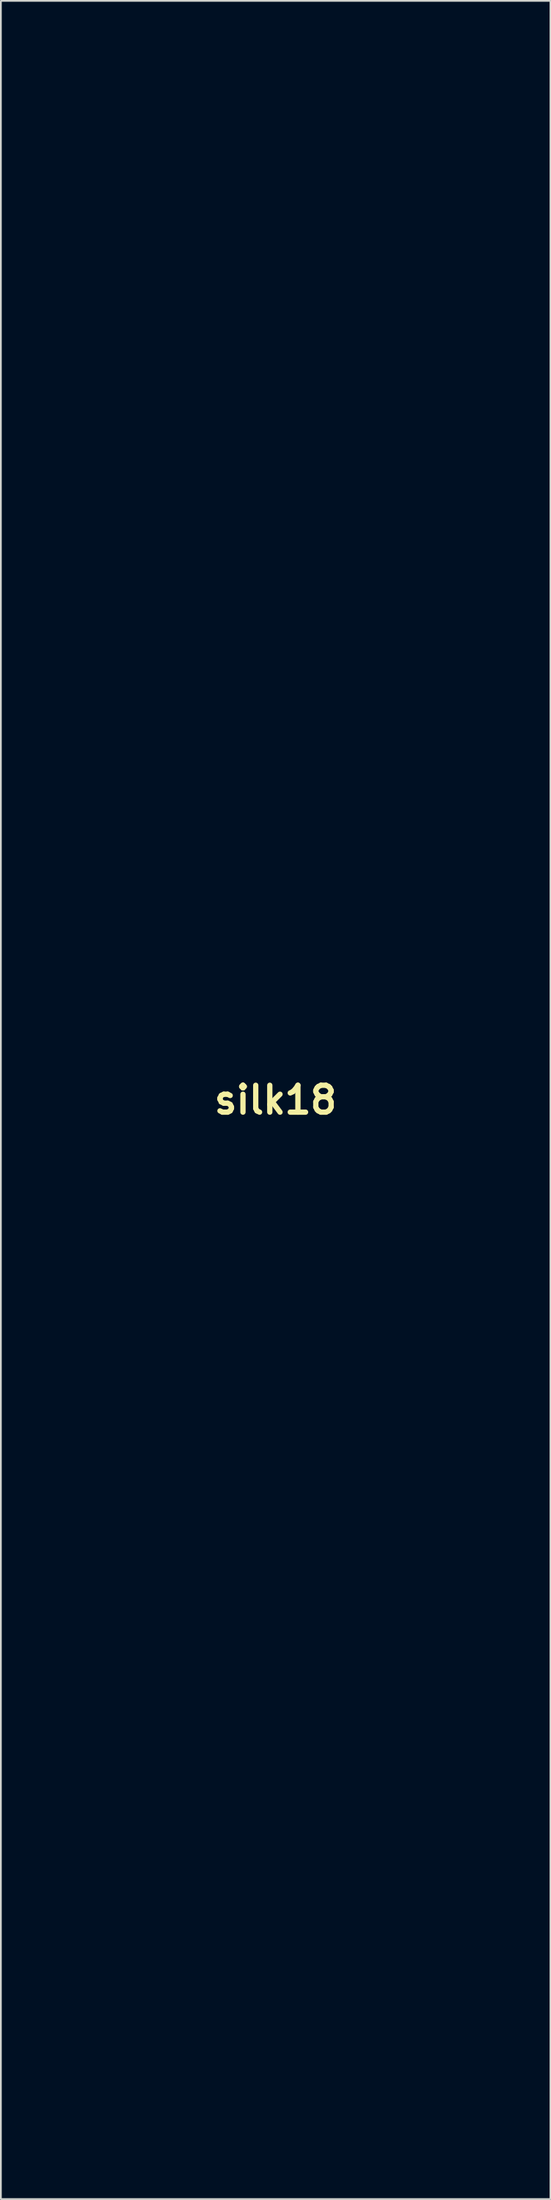
<source format=kicad_pcb>
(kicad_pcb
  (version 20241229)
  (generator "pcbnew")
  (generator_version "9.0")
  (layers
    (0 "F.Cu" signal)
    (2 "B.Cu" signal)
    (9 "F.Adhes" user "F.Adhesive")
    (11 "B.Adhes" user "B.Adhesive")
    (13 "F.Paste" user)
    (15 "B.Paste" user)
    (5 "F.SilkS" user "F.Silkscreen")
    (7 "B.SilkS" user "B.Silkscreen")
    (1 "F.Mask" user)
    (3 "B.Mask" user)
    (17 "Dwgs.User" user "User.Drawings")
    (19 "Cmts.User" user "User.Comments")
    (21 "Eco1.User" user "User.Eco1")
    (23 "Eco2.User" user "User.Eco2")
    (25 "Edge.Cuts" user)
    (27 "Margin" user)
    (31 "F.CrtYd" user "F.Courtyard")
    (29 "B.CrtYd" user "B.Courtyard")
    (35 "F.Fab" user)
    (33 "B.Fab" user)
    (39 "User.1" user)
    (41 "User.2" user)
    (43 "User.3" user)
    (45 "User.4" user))
  (footprint "silk18"
    (layer "F.Cu")
    (at 12.599 59.326)
    (property "Reference" "silk18" (at 0 0 0) (layer "F.SilkS") (effects (font (size 1.524 1.524) (thickness 0.3))))
    (attr through_hole)
    (fp_poly (pts (xy 10.812 -56.906) (xy 8.895 -56.906) (xy 8.895 -57.164) (xy 10.812 -57.164) (xy 10.812 -56.906)) (stroke (width 0.01) (type solid)) (fill no) (layer "Eco2.User"))
    (fp_poly (pts (xy 4.535 25.085) (xy 4.545 25.087) (xy 4.553 25.09) (xy 4.561 25.096) (xy 4.571 25.109) (xy 4.584 25.128) (xy 4.6 25.156) (xy 4.621 25.196) (xy 4.647 25.248) (xy 4.681 25.314) (xy 4.7 25.352) (xy 4.833 25.616) (xy 4.833 25.758) (xy 4.7 26.022) (xy 4.567 26.287) (xy 4.533 26.289) (xy 4.501 26.287) (xy 4.484 26.275) (xy 4.476 26.262) (xy 4.46 26.235) (xy 4.439 26.194) (xy 4.413 26.144) (xy 4.383 26.086) (xy 4.352 26.023) (xy 4.348 26.017) (xy 4.309 25.936) (xy 4.277 25.87) (xy 4.253 25.816) (xy 4.236 25.772) (xy 4.225 25.736) (xy 4.22 25.705) (xy 4.219 25.677) (xy 4.223 25.649) (xy 4.23 25.62) (xy 4.231 25.615) (xy 4.24 25.592) (xy 4.255 25.556) (xy 4.276 25.51) (xy 4.301 25.457) (xy 4.329 25.399) (xy 4.358 25.339) (xy 4.388 25.28) (xy 4.416 25.225) (xy 4.441 25.176) (xy 4.463 25.136) (xy 4.479 25.108) (xy 4.489 25.095) (xy 4.489 25.095) (xy 4.508 25.087) (xy 4.535 25.085) (xy 4.535 25.085)) (stroke (width 0.01) (type solid)) (fill no) (layer "Eco2.User"))
    (fp_poly (pts (xy -8.02 -9.314) (xy -8.018 -8.65) (xy -7.826 -8.65) (xy -7.821 -9.094) (xy -7.796 -9.119) (xy -7.765 -9.138) (xy -7.726 -9.145) (xy -7.688 -9.139) (xy -7.677 -9.134) (xy -7.664 -9.126) (xy -7.654 -9.116) (xy -7.645 -9.101) (xy -7.639 -9.08) (xy -7.635 -9.05) (xy -7.632 -9.01) (xy -7.631 -8.957) (xy -7.63 -8.89) (xy -7.63 -8.806) (xy -7.63 -8.794) (xy -7.63 -8.519) (xy -7.695 -8.454) (xy -8.539 -8.454) (xy -8.568 -8.478) (xy -8.595 -8.512) (xy -8.604 -8.551) (xy -8.596 -8.59) (xy -8.594 -8.596) (xy -8.578 -8.62) (xy -8.561 -8.635) (xy -8.56 -8.636) (xy -8.544 -8.639) (xy -8.512 -8.642) (xy -8.467 -8.644) (xy -8.413 -8.645) (xy -8.378 -8.646) (xy -8.214 -8.646) (xy -8.214 -9.786) (xy -8.368 -9.786) (xy -8.436 -9.787) (xy -8.488 -9.789) (xy -8.526 -9.794) (xy -8.553 -9.802) (xy -8.572 -9.813) (xy -8.585 -9.828) (xy -8.588 -9.834) (xy -8.598 -9.871) (xy -8.593 -9.911) (xy -8.574 -9.947) (xy -8.573 -9.948) (xy -8.548 -9.978) (xy -8.023 -9.978) (xy -8.02 -9.314)) (stroke (width 0.01) (type solid)) (fill no) (layer "Eco2.User"))
    (fp_poly (pts (xy -0.671 -27.097) (xy -0.479 -27.097) (xy -0.479 -27.308) (xy -0.479 -27.385) (xy -0.478 -27.445) (xy -0.475 -27.491) (xy -0.471 -27.525) (xy -0.464 -27.549) (xy -0.455 -27.566) (xy -0.443 -27.578) (xy -0.432 -27.585) (xy -0.393 -27.596) (xy -0.353 -27.59) (xy -0.318 -27.569) (xy -0.316 -27.567) (xy -0.288 -27.539) (xy -0.288 -26.961) (xy -0.316 -26.933) (xy -0.344 -26.905) (xy -1.2 -26.905) (xy -1.228 -26.933) (xy -1.251 -26.968) (xy -1.256 -27.007) (xy -1.245 -27.046) (xy -1.233 -27.065) (xy -1.209 -27.092) (xy -1.038 -27.097) (xy -0.867 -27.101) (xy -0.865 -27.669) (xy -0.862 -28.237) (xy -1.021 -28.237) (xy -1.089 -28.238) (xy -1.141 -28.24) (xy -1.179 -28.244) (xy -1.206 -28.251) (xy -1.224 -28.262) (xy -1.237 -28.276) (xy -1.244 -28.29) (xy -1.255 -28.332) (xy -1.246 -28.372) (xy -1.22 -28.407) (xy -1.214 -28.412) (xy -1.206 -28.417) (xy -1.195 -28.421) (xy -1.178 -28.424) (xy -1.153 -28.426) (xy -1.118 -28.427) (xy -1.07 -28.428) (xy -1.008 -28.428) (xy -0.932 -28.429) (xy -0.671 -28.429) (xy -0.671 -27.097)) (stroke (width 0.01) (type solid)) (fill no) (layer "Eco2.User"))
    (fp_poly (pts (xy -1.98 -59.306) (xy -1.968 -59.301) (xy -1.958 -59.297) (xy -1.949 -59.292) (xy -1.942 -59.286) (xy -1.935 -59.276) (xy -1.93 -59.263) (xy -1.925 -59.244) (xy -1.921 -59.22) (xy -1.918 -59.187) (xy -1.916 -59.146) (xy -1.914 -59.094) (xy -1.912 -59.032) (xy -1.911 -58.957) (xy -1.91 -58.869) (xy -1.909 -58.766) (xy -1.909 -58.647) (xy -1.908 -58.511) (xy -1.907 -58.396) (xy -1.903 -57.553) (xy -1.42 -57.548) (xy -0.938 -57.543) (xy -0.905 -57.507) (xy -0.885 -57.482) (xy -0.875 -57.459) (xy -0.872 -57.428) (xy -0.872 -57.422) (xy -0.874 -57.391) (xy -0.881 -57.37) (xy -0.897 -57.349) (xy -0.909 -57.336) (xy -0.947 -57.299) (xy -2.167 -57.299) (xy -2.164 -58.265) (xy -2.164 -58.423) (xy -2.163 -58.562) (xy -2.163 -58.685) (xy -2.162 -58.792) (xy -2.162 -58.885) (xy -2.161 -58.964) (xy -2.16 -59.03) (xy -2.159 -59.085) (xy -2.158 -59.13) (xy -2.157 -59.166) (xy -2.156 -59.194) (xy -2.154 -59.216) (xy -2.152 -59.231) (xy -2.15 -59.242) (xy -2.148 -59.25) (xy -2.145 -59.256) (xy -2.144 -59.257) (xy -2.111 -59.293) (xy -2.069 -59.313) (xy -2.023 -59.318) (xy -1.98 -59.306)) (stroke (width 0.01) (type solid)) (fill no) (layer "Eco2.User"))
    (fp_poly (pts (xy -7.686 11.241) (xy -7.655 11.261) (xy -7.637 11.293) (xy -7.635 11.332) (xy -7.647 11.37) (xy -7.655 11.386) (xy -7.672 11.417) (xy -7.697 11.461) (xy -7.729 11.516) (xy -7.767 11.581) (xy -7.809 11.655) (xy -7.856 11.735) (xy -7.906 11.82) (xy -7.959 11.909) (xy -8.012 12) (xy -8.067 12.092) (xy -8.121 12.184) (xy -8.173 12.272) (xy -8.224 12.357) (xy -8.271 12.437) (xy -8.315 12.509) (xy -8.353 12.573) (xy -8.386 12.628) (xy -8.412 12.67) (xy -8.431 12.7) (xy -8.441 12.715) (xy -8.442 12.717) (xy -8.471 12.728) (xy -8.506 12.724) (xy -8.538 12.71) (xy -8.569 12.681) (xy -8.583 12.646) (xy -8.58 12.609) (xy -8.574 12.597) (xy -8.559 12.571) (xy -8.537 12.53) (xy -8.507 12.478) (xy -8.471 12.416) (xy -8.43 12.345) (xy -8.385 12.266) (xy -8.336 12.182) (xy -8.284 12.093) (xy -8.231 12.002) (xy -8.177 11.91) (xy -8.123 11.818) (xy -8.07 11.728) (xy -8.019 11.641) (xy -7.971 11.559) (xy -7.926 11.484) (xy -7.887 11.417) (xy -7.852 11.36) (xy -7.824 11.314) (xy -7.804 11.28) (xy -7.791 11.261) (xy -7.791 11.26) (xy -7.774 11.242) (xy -7.754 11.235) (xy -7.731 11.234) (xy -7.686 11.241)) (stroke (width 0.01) (type solid)) (fill no) (layer "Eco2.User"))
    (fp_poly (pts (xy -9.12 -9.976) (xy -9.086 -9.967) (xy -9.059 -9.952) (xy -9.045 -9.934) (xy -9.039 -9.902) (xy -9.041 -9.863) (xy -9.051 -9.829) (xy -9.052 -9.826) (xy -9.063 -9.806) (xy -9.083 -9.772) (xy -9.11 -9.725) (xy -9.143 -9.667) (xy -9.183 -9.6) (xy -9.227 -9.525) (xy -9.275 -9.444) (xy -9.326 -9.357) (xy -9.379 -9.267) (xy -9.433 -9.176) (xy -9.488 -9.083) (xy -9.542 -8.992) (xy -9.595 -8.904) (xy -9.646 -8.819) (xy -9.693 -8.74) (xy -9.736 -8.668) (xy -9.774 -8.605) (xy -9.807 -8.552) (xy -9.832 -8.51) (xy -9.85 -8.481) (xy -9.859 -8.467) (xy -9.86 -8.466) (xy -9.888 -8.456) (xy -9.922 -8.456) (xy -9.956 -8.468) (xy -9.961 -8.471) (xy -9.989 -8.498) (xy -10.004 -8.535) (xy -10.003 -8.568) (xy -9.998 -8.58) (xy -9.984 -8.607) (xy -9.961 -8.647) (xy -9.932 -8.699) (xy -9.896 -8.762) (xy -9.854 -8.833) (xy -9.809 -8.912) (xy -9.759 -8.997) (xy -9.707 -9.086) (xy -9.653 -9.178) (xy -9.598 -9.272) (xy -9.543 -9.365) (xy -9.489 -9.457) (xy -9.436 -9.546) (xy -9.386 -9.631) (xy -9.34 -9.709) (xy -9.297 -9.78) (xy -9.26 -9.842) (xy -9.228 -9.894) (xy -9.204 -9.933) (xy -9.187 -9.959) (xy -9.179 -9.97) (xy -9.179 -9.971) (xy -9.153 -9.978) (xy -9.12 -9.976)) (stroke (width 0.01) (type solid)) (fill no) (layer "Eco2.User"))
    (fp_poly (pts (xy -8.076 -26.294) (xy -8.042 -26.28) (xy -8.025 -26.266) (xy -8.016 -26.257) (xy -8.009 -26.248) (xy -8.004 -26.238) (xy -8.002 -26.226) (xy -8.003 -26.211) (xy -8.007 -26.192) (xy -8.016 -26.168) (xy -8.03 -26.137) (xy -8.049 -26.099) (xy -8.074 -26.052) (xy -8.105 -25.996) (xy -8.143 -25.929) (xy -8.189 -25.85) (xy -8.242 -25.759) (xy -8.304 -25.653) (xy -8.375 -25.532) (xy -8.405 -25.481) (xy -8.467 -25.377) (xy -8.526 -25.277) (xy -8.582 -25.183) (xy -8.634 -25.096) (xy -8.682 -25.017) (xy -8.724 -24.948) (xy -8.76 -24.889) (xy -8.788 -24.843) (xy -8.809 -24.81) (xy -8.822 -24.792) (xy -8.824 -24.789) (xy -8.848 -24.772) (xy -8.872 -24.769) (xy -8.902 -24.778) (xy -8.914 -24.784) (xy -8.949 -24.81) (xy -8.967 -24.844) (xy -8.968 -24.883) (xy -8.962 -24.897) (xy -8.948 -24.925) (xy -8.925 -24.967) (xy -8.895 -25.02) (xy -8.858 -25.084) (xy -8.817 -25.156) (xy -8.771 -25.236) (xy -8.721 -25.322) (xy -8.668 -25.412) (xy -8.614 -25.505) (xy -8.558 -25.599) (xy -8.503 -25.693) (xy -8.448 -25.785) (xy -8.395 -25.874) (xy -8.345 -25.958) (xy -8.298 -26.036) (xy -8.255 -26.107) (xy -8.218 -26.168) (xy -8.187 -26.218) (xy -8.162 -26.256) (xy -8.146 -26.281) (xy -8.139 -26.29) (xy -8.11 -26.298) (xy -8.076 -26.294)) (stroke (width 0.01) (type solid)) (fill no) (layer "Eco2.User"))
    (fp_poly (pts (xy -11.308 -15.745) (xy -11.273 -15.733) (xy -11.245 -15.713) (xy -11.228 -15.687) (xy -11.228 -15.686) (xy -11.225 -15.657) (xy -11.227 -15.634) (xy -11.233 -15.622) (xy -11.247 -15.596) (xy -11.269 -15.555) (xy -11.299 -15.503) (xy -11.335 -15.441) (xy -11.376 -15.369) (xy -11.422 -15.29) (xy -11.471 -15.206) (xy -11.523 -15.116) (xy -11.577 -15.024) (xy -11.632 -14.931) (xy -11.687 -14.837) (xy -11.741 -14.745) (xy -11.794 -14.656) (xy -11.844 -14.571) (xy -11.891 -14.493) (xy -11.933 -14.422) (xy -11.97 -14.36) (xy -12.002 -14.309) (xy -12.026 -14.269) (xy -12.043 -14.243) (xy -12.051 -14.232) (xy -12.051 -14.232) (xy -12.079 -14.224) (xy -12.114 -14.226) (xy -12.148 -14.239) (xy -12.163 -14.249) (xy -12.183 -14.271) (xy -12.191 -14.296) (xy -12.192 -14.312) (xy -12.188 -14.346) (xy -12.177 -14.378) (xy -12.176 -14.38) (xy -12.165 -14.4) (xy -12.146 -14.435) (xy -12.119 -14.481) (xy -12.085 -14.539) (xy -12.046 -14.606) (xy -12.002 -14.681) (xy -11.954 -14.762) (xy -11.903 -14.849) (xy -11.849 -14.938) (xy -11.795 -15.03) (xy -11.74 -15.122) (xy -11.686 -15.213) (xy -11.633 -15.301) (xy -11.583 -15.386) (xy -11.536 -15.464) (xy -11.493 -15.536) (xy -11.455 -15.599) (xy -11.423 -15.652) (xy -11.397 -15.693) (xy -11.38 -15.721) (xy -11.371 -15.735) (xy -11.37 -15.736) (xy -11.342 -15.747) (xy -11.308 -15.745)) (stroke (width 0.01) (type solid)) (fill no) (layer "Eco2.User"))
    (fp_poly (pts (xy 2.373 -35.46) (xy 2.393 -35.438) (xy 2.403 -35.417) (xy 2.406 -35.388) (xy 2.406 -35.378) (xy 2.404 -35.346) (xy 2.397 -35.324) (xy 2.38 -35.302) (xy 2.373 -35.295) (xy 2.341 -35.263) (xy 1.466 -35.263) (xy 1.466 -34.688) (xy 1.659 -34.688) (xy 1.728 -34.687) (xy 1.782 -34.686) (xy 1.821 -34.685) (xy 1.849 -34.682) (xy 1.868 -34.678) (xy 1.879 -34.673) (xy 1.911 -34.647) (xy 1.93 -34.61) (xy 1.935 -34.567) (xy 1.926 -34.524) (xy 1.922 -34.515) (xy 1.912 -34.497) (xy 1.901 -34.483) (xy 1.886 -34.473) (xy 1.865 -34.466) (xy 1.836 -34.461) (xy 1.796 -34.459) (xy 1.742 -34.458) (xy 1.671 -34.458) (xy 1.666 -34.458) (xy 1.466 -34.458) (xy 1.466 -33.883) (xy 1.888 -33.883) (xy 1.99 -33.882) (xy 2.082 -33.882) (xy 2.162 -33.881) (xy 2.228 -33.879) (xy 2.28 -33.878) (xy 2.315 -33.876) (xy 2.333 -33.873) (xy 2.334 -33.873) (xy 2.373 -33.849) (xy 2.397 -33.814) (xy 2.406 -33.767) (xy 2.406 -33.763) (xy 2.398 -33.715) (xy 2.375 -33.679) (xy 2.337 -33.654) (xy 2.334 -33.653) (xy 2.318 -33.65) (xy 2.285 -33.649) (xy 2.235 -33.647) (xy 2.168 -33.646) (xy 2.086 -33.644) (xy 1.99 -33.644) (xy 1.881 -33.643) (xy 1.768 -33.643) (xy 1.227 -33.643) (xy 1.227 -35.493) (xy 2.341 -35.493) (xy 2.373 -35.46)) (stroke (width 0.01) (type solid)) (fill no) (layer "Eco2.User"))
    (fp_poly (pts (xy -10.557 -21.363) (xy -10.526 -21.337) (xy -10.516 -21.32) (xy -10.513 -21.305) (xy -10.51 -21.274) (xy -10.508 -21.227) (xy -10.507 -21.162) (xy -10.506 -21.079) (xy -10.505 -20.978) (xy -10.505 -20.92) (xy -10.505 -20.54) (xy -10.122 -20.54) (xy -10.122 -20.832) (xy -10.121 -20.907) (xy -10.121 -20.977) (xy -10.119 -21.038) (xy -10.118 -21.088) (xy -10.115 -21.124) (xy -10.113 -21.145) (xy -10.113 -21.148) (xy -10.092 -21.178) (xy -10.062 -21.197) (xy -10.026 -21.204) (xy -9.991 -21.199) (xy -9.96 -21.183) (xy -9.941 -21.157) (xy -9.937 -21.139) (xy -9.934 -21.102) (xy -9.932 -21.045) (xy -9.931 -20.971) (xy -9.93 -20.877) (xy -9.93 -20.842) (xy -9.93 -20.55) (xy -9.898 -20.537) (xy -9.862 -20.513) (xy -9.84 -20.48) (xy -9.833 -20.443) (xy -9.842 -20.406) (xy -9.862 -20.377) (xy -9.885 -20.359) (xy -9.906 -20.349) (xy -9.91 -20.349) (xy -9.916 -20.348) (xy -9.921 -20.345) (xy -9.925 -20.337) (xy -9.927 -20.322) (xy -9.929 -20.297) (xy -9.93 -20.26) (xy -9.93 -20.209) (xy -9.93 -20.142) (xy -9.93 -20.128) (xy -9.93 -19.906) (xy -9.958 -19.878) (xy -9.993 -19.855) (xy -10.033 -19.85) (xy -10.072 -19.861) (xy -10.09 -19.873) (xy -10.117 -19.897) (xy -10.123 -20.349) (xy -10.707 -20.349) (xy -10.704 -20.834) (xy -10.702 -21.318) (xy -10.67 -21.346) (xy -10.633 -21.369) (xy -10.594 -21.374) (xy -10.557 -21.363)) (stroke (width 0.01) (type solid)) (fill no) (layer "Eco2.User"))
    (fp_poly (pts (xy -11.241 -21.37) (xy -11.204 -21.352) (xy -11.185 -21.338) (xy -11.175 -21.323) (xy -11.172 -21.302) (xy -11.172 -21.278) (xy -11.172 -21.268) (xy -11.173 -21.258) (xy -11.176 -21.247) (xy -11.181 -21.233) (xy -11.188 -21.215) (xy -11.199 -21.193) (xy -11.214 -21.165) (xy -11.233 -21.13) (xy -11.257 -21.086) (xy -11.288 -21.033) (xy -11.324 -20.97) (xy -11.368 -20.895) (xy -11.42 -20.807) (xy -11.48 -20.705) (xy -11.549 -20.589) (xy -11.569 -20.555) (xy -11.63 -20.451) (xy -11.689 -20.351) (xy -11.745 -20.257) (xy -11.796 -20.171) (xy -11.843 -20.092) (xy -11.884 -20.024) (xy -11.919 -19.966) (xy -11.947 -19.92) (xy -11.967 -19.888) (xy -11.978 -19.871) (xy -11.98 -19.868) (xy -12.01 -19.849) (xy -12.048 -19.848) (xy -12.064 -19.851) (xy -12.096 -19.868) (xy -12.121 -19.894) (xy -12.134 -19.925) (xy -12.134 -19.933) (xy -12.131 -19.958) (xy -12.122 -19.987) (xy -12.121 -19.988) (xy -12.114 -20.003) (xy -12.097 -20.033) (xy -12.072 -20.077) (xy -12.041 -20.131) (xy -12.003 -20.196) (xy -11.96 -20.269) (xy -11.913 -20.349) (xy -11.863 -20.435) (xy -11.81 -20.524) (xy -11.756 -20.616) (xy -11.701 -20.709) (xy -11.646 -20.801) (xy -11.593 -20.891) (xy -11.541 -20.978) (xy -11.492 -21.059) (xy -11.447 -21.134) (xy -11.407 -21.2) (xy -11.373 -21.257) (xy -11.345 -21.302) (xy -11.324 -21.335) (xy -11.312 -21.354) (xy -11.309 -21.358) (xy -11.277 -21.372) (xy -11.241 -21.37)) (stroke (width 0.01) (type solid)) (fill no) (layer "Eco2.User"))
    (fp_poly (pts (xy -9.355 12.537) (xy -9.173 12.537) (xy -9.173 12.337) (xy -9.172 12.269) (xy -9.171 12.208) (xy -9.169 12.16) (xy -9.166 12.125) (xy -9.162 12.108) (xy -9.142 12.075) (xy -9.111 12.054) (xy -9.075 12.048) (xy -9.038 12.056) (xy -9.009 12.076) (xy -8.981 12.104) (xy -8.981 12.383) (xy -8.981 12.469) (xy -8.982 12.538) (xy -8.983 12.592) (xy -8.986 12.633) (xy -8.99 12.663) (xy -8.996 12.684) (xy -9.004 12.698) (xy -9.015 12.707) (xy -9.029 12.714) (xy -9.041 12.718) (xy -9.057 12.721) (xy -9.091 12.723) (xy -9.138 12.725) (xy -9.196 12.726) (xy -9.264 12.727) (xy -9.338 12.728) (xy -9.416 12.728) (xy -9.495 12.728) (xy -9.573 12.728) (xy -9.647 12.727) (xy -9.715 12.726) (xy -9.774 12.725) (xy -9.821 12.723) (xy -9.855 12.721) (xy -9.872 12.718) (xy -9.872 12.718) (xy -9.906 12.696) (xy -9.925 12.661) (xy -9.93 12.627) (xy -9.927 12.597) (xy -9.915 12.576) (xy -9.9 12.562) (xy -9.889 12.553) (xy -9.878 12.546) (xy -9.864 12.542) (xy -9.843 12.539) (xy -9.813 12.538) (xy -9.77 12.537) (xy -9.712 12.537) (xy -9.546 12.537) (xy -9.549 11.979) (xy -9.551 11.42) (xy -9.716 11.416) (xy -9.777 11.414) (xy -9.821 11.412) (xy -9.852 11.409) (xy -9.873 11.406) (xy -9.887 11.402) (xy -9.897 11.395) (xy -9.903 11.389) (xy -9.922 11.358) (xy -9.927 11.321) (xy -9.918 11.284) (xy -9.898 11.257) (xy -9.871 11.234) (xy -9.355 11.234) (xy -9.355 12.537)) (stroke (width 0.01) (type solid)) (fill no) (layer "Eco2.User"))
    (fp_poly (pts (xy -6.928 -9.978) (xy -6.9 -9.976) (xy -6.881 -9.972) (xy -6.868 -9.964) (xy -6.854 -9.951) (xy -6.852 -9.95) (xy -6.831 -9.916) (xy -6.825 -9.879) (xy -6.833 -9.843) (xy -6.855 -9.812) (xy -6.888 -9.792) (xy -6.896 -9.79) (xy -6.92 -9.784) (xy -6.92 -9.154) (xy -6.56 -9.152) (xy -6.2 -9.149) (xy -6.144 -9.086) (xy -6.144 -8.801) (xy -6.144 -8.716) (xy -6.145 -8.648) (xy -6.146 -8.595) (xy -6.148 -8.555) (xy -6.151 -8.525) (xy -6.157 -8.504) (xy -6.164 -8.49) (xy -6.174 -8.479) (xy -6.186 -8.471) (xy -6.198 -8.465) (xy -6.212 -8.462) (xy -6.242 -8.459) (xy -6.287 -8.457) (xy -6.35 -8.456) (xy -6.43 -8.455) (xy -6.528 -8.454) (xy -6.63 -8.454) (xy -6.732 -8.454) (xy -6.817 -8.455) (xy -6.886 -8.455) (xy -6.941 -8.456) (xy -6.984 -8.458) (xy -7.016 -8.46) (xy -7.039 -8.462) (xy -7.054 -8.465) (xy -7.064 -8.468) (xy -7.066 -8.469) (xy -7.088 -8.485) (xy -7.102 -8.501) (xy -7.104 -8.515) (xy -7.106 -8.548) (xy -7.108 -8.599) (xy -7.109 -8.669) (xy -7.11 -8.758) (xy -7.111 -8.864) (xy -7.111 -8.952) (xy -6.92 -8.952) (xy -6.92 -8.645) (xy -6.34 -8.65) (xy -6.335 -8.952) (xy -6.92 -8.952) (xy -7.111 -8.952) (xy -7.112 -8.989) (xy -7.112 -9.131) (xy -7.112 -9.222) (xy -7.112 -9.924) (xy -7.086 -9.951) (xy -7.073 -9.964) (xy -7.06 -9.971) (xy -7.042 -9.976) (xy -7.014 -9.978) (xy -6.972 -9.978) (xy -6.97 -9.978) (xy -6.928 -9.978)) (stroke (width 0.01) (type solid)) (fill no) (layer "Eco2.User"))
    (fp_poly (pts (xy 8.606 -14.867) (xy 8.637 -14.843) (xy 8.657 -14.806) (xy 8.659 -14.798) (xy 8.66 -14.782) (xy 8.661 -14.749) (xy 8.662 -14.701) (xy 8.663 -14.641) (xy 8.664 -14.572) (xy 8.665 -14.495) (xy 8.665 -14.412) (xy 8.665 -14.405) (xy 8.665 -14.041) (xy 9.043 -14.047) (xy 9.048 -14.349) (xy 9.05 -14.423) (xy 9.051 -14.493) (xy 9.053 -14.554) (xy 9.056 -14.604) (xy 9.058 -14.642) (xy 9.06 -14.663) (xy 9.061 -14.668) (xy 9.079 -14.687) (xy 9.108 -14.704) (xy 9.14 -14.712) (xy 9.148 -14.713) (xy 9.17 -14.707) (xy 9.196 -14.691) (xy 9.204 -14.685) (xy 9.235 -14.657) (xy 9.24 -14.352) (xy 9.245 -14.047) (xy 9.266 -14.044) (xy 9.286 -14.035) (xy 9.308 -14.016) (xy 9.311 -14.012) (xy 9.332 -13.975) (xy 9.335 -13.936) (xy 9.322 -13.9) (xy 9.293 -13.872) (xy 9.277 -13.863) (xy 9.24 -13.847) (xy 9.24 -13.638) (xy 9.24 -13.562) (xy 9.238 -13.503) (xy 9.236 -13.458) (xy 9.232 -13.425) (xy 9.226 -13.402) (xy 9.217 -13.386) (xy 9.205 -13.374) (xy 9.191 -13.365) (xy 9.148 -13.352) (xy 9.109 -13.358) (xy 9.076 -13.38) (xy 9.048 -13.408) (xy 9.048 -13.85) (xy 8.463 -13.85) (xy 8.463 -14.325) (xy 8.464 -14.435) (xy 8.464 -14.528) (xy 8.464 -14.604) (xy 8.465 -14.666) (xy 8.466 -14.716) (xy 8.467 -14.754) (xy 8.469 -14.783) (xy 8.471 -14.803) (xy 8.474 -14.817) (xy 8.477 -14.827) (xy 8.478 -14.828) (xy 8.499 -14.857) (xy 8.528 -14.872) (xy 8.567 -14.876) (xy 8.606 -14.867)) (stroke (width 0.01) (type solid)) (fill no) (layer "Eco2.User"))
    (fp_poly (pts (xy -7.953 24.863) (xy -7.816 24.863) (xy -7.545 25.479) (xy -7.5 25.582) (xy -7.457 25.68) (xy -7.417 25.771) (xy -7.38 25.854) (xy -7.347 25.928) (xy -7.318 25.992) (xy -7.296 26.043) (xy -7.279 26.081) (xy -7.268 26.103) (xy -7.265 26.109) (xy -7.263 26.103) (xy -7.261 26.078) (xy -7.26 26.035) (xy -7.259 25.975) (xy -7.257 25.897) (xy -7.257 25.803) (xy -7.256 25.692) (xy -7.256 25.566) (xy -7.256 25.525) (xy -7.256 25.402) (xy -7.255 25.297) (xy -7.255 25.209) (xy -7.255 25.135) (xy -7.254 25.075) (xy -7.253 25.026) (xy -7.252 24.989) (xy -7.251 24.96) (xy -7.249 24.939) (xy -7.247 24.924) (xy -7.244 24.914) (xy -7.241 24.908) (xy -7.239 24.905) (xy -7.205 24.876) (xy -7.165 24.863) (xy -7.125 24.867) (xy -7.088 24.888) (xy -7.084 24.891) (xy -7.054 24.919) (xy -7.054 26.502) (xy -7.191 26.502) (xy -7.328 26.502) (xy -7.599 25.882) (xy -7.645 25.779) (xy -7.688 25.681) (xy -7.728 25.589) (xy -7.765 25.506) (xy -7.798 25.432) (xy -7.826 25.369) (xy -7.849 25.318) (xy -7.866 25.28) (xy -7.877 25.258) (xy -7.88 25.252) (xy -7.881 25.259) (xy -7.883 25.285) (xy -7.884 25.327) (xy -7.886 25.385) (xy -7.887 25.457) (xy -7.887 25.542) (xy -7.888 25.639) (xy -7.888 25.746) (xy -7.888 25.839) (xy -7.888 26.435) (xy -7.915 26.464) (xy -7.947 26.488) (xy -7.986 26.499) (xy -8.024 26.495) (xy -8.028 26.493) (xy -8.049 26.48) (xy -8.069 26.459) (xy -8.069 26.459) (xy -8.09 26.433) (xy -8.09 24.863) (xy -7.953 24.863)) (stroke (width 0.01) (type solid)) (fill no) (layer "Eco2.User"))
    (fp_poly (pts (xy 0.69 -35.32) (xy 0.69 -35.25) (xy 0.688 -35.197) (xy 0.685 -35.157) (xy 0.679 -35.128) (xy 0.67 -35.108) (xy 0.657 -35.092) (xy 0.64 -35.079) (xy 0.638 -35.077) (xy 0.613 -35.067) (xy 0.581 -35.062) (xy 0.572 -35.062) (xy 0.526 -35.07) (xy 0.49 -35.094) (xy 0.465 -35.132) (xy 0.452 -35.184) (xy 0.45 -35.215) (xy 0.45 -35.263) (xy 0.22 -35.263) (xy 0.22 -34.505) (xy 0.22 -34.363) (xy 0.22 -34.238) (xy 0.22 -34.13) (xy 0.22 -34.037) (xy 0.219 -33.958) (xy 0.218 -33.893) (xy 0.217 -33.839) (xy 0.215 -33.795) (xy 0.212 -33.76) (xy 0.209 -33.734) (xy 0.205 -33.714) (xy 0.2 -33.699) (xy 0.194 -33.688) (xy 0.188 -33.68) (xy 0.18 -33.674) (xy 0.171 -33.668) (xy 0.17 -33.667) (xy 0.13 -33.651) (xy 0.086 -33.648) (xy 0.053 -33.656) (xy 0.026 -33.672) (xy 0.005 -33.691) (xy 0.001 -33.695) (xy -0.002 -33.7) (xy -0.004 -33.708) (xy -0.007 -33.72) (xy -0.009 -33.737) (xy -0.01 -33.759) (xy -0.012 -33.79) (xy -0.013 -33.829) (xy -0.014 -33.878) (xy -0.015 -33.939) (xy -0.016 -34.012) (xy -0.017 -34.099) (xy -0.017 -34.201) (xy -0.018 -34.319) (xy -0.019 -34.455) (xy -0.019 -34.485) (xy -0.024 -35.258) (xy -0.254 -35.258) (xy -0.259 -35.196) (xy -0.263 -35.16) (xy -0.27 -35.129) (xy -0.276 -35.112) (xy -0.302 -35.084) (xy -0.339 -35.067) (xy -0.381 -35.063) (xy -0.422 -35.072) (xy -0.432 -35.076) (xy -0.45 -35.088) (xy -0.465 -35.102) (xy -0.475 -35.121) (xy -0.482 -35.148) (xy -0.486 -35.186) (xy -0.488 -35.238) (xy -0.489 -35.305) (xy -0.489 -35.32) (xy -0.489 -35.493) (xy 0.69 -35.493) (xy 0.69 -35.32)) (stroke (width 0.01) (type solid)) (fill no) (layer "Eco2.User"))
    (fp_poly (pts (xy -4.233 11.236) (xy -3.836 11.238) (xy -3.799 11.268) (xy -3.771 11.295) (xy -3.746 11.329) (xy -3.741 11.339) (xy -3.734 11.352) (xy -3.729 11.365) (xy -3.725 11.381) (xy -3.723 11.402) (xy -3.721 11.43) (xy -3.72 11.468) (xy -3.719 11.518) (xy -3.719 11.583) (xy -3.719 11.65) (xy -3.719 11.73) (xy -3.719 11.792) (xy -3.72 11.84) (xy -3.721 11.876) (xy -3.723 11.903) (xy -3.726 11.923) (xy -3.73 11.938) (xy -3.735 11.951) (xy -3.741 11.962) (xy -3.762 11.995) (xy -3.79 12.026) (xy -3.799 12.033) (xy -3.836 12.063) (xy -4.486 12.068) (xy -4.486 12.537) (xy -4.135 12.537) (xy -4.035 12.537) (xy -3.949 12.538) (xy -3.879 12.539) (xy -3.824 12.541) (xy -3.787 12.544) (xy -3.768 12.546) (xy -3.766 12.547) (xy -3.745 12.567) (xy -3.728 12.597) (xy -3.719 12.63) (xy -3.719 12.637) (xy -3.725 12.659) (xy -3.741 12.685) (xy -3.747 12.693) (xy -3.775 12.724) (xy -4.226 12.727) (xy -4.677 12.729) (xy -4.677 12.391) (xy -4.677 12.297) (xy -4.676 12.213) (xy -4.675 12.142) (xy -4.673 12.085) (xy -4.671 12.044) (xy -4.668 12.02) (xy -4.667 12.017) (xy -4.649 11.977) (xy -4.618 11.937) (xy -4.581 11.905) (xy -4.568 11.897) (xy -4.558 11.892) (xy -4.544 11.889) (xy -4.524 11.886) (xy -4.497 11.883) (xy -4.46 11.881) (xy -4.411 11.88) (xy -4.348 11.879) (xy -4.269 11.878) (xy -4.224 11.877) (xy -3.91 11.875) (xy -3.913 11.647) (xy -3.915 11.42) (xy -4.278 11.416) (xy -4.641 11.411) (xy -4.659 11.388) (xy -4.675 11.356) (xy -4.678 11.317) (xy -4.669 11.28) (xy -4.654 11.257) (xy -4.63 11.233) (xy -4.233 11.236)) (stroke (width 0.01) (type solid)) (fill no) (layer "Eco2.User"))
    (fp_poly (pts (xy 5.941 -26.299) (xy 6.019 -26.298) (xy 6.079 -26.297) (xy 6.121 -26.294) (xy 6.144 -26.291) (xy 6.144 -26.291) (xy 6.189 -26.271) (xy 6.231 -26.237) (xy 6.263 -26.195) (xy 6.27 -26.181) (xy 6.275 -26.168) (xy 6.279 -26.153) (xy 6.282 -26.132) (xy 6.284 -26.105) (xy 6.286 -26.068) (xy 6.287 -26.02) (xy 6.287 -25.957) (xy 6.287 -25.877) (xy 6.287 -25.872) (xy 6.287 -25.786) (xy 6.287 -25.717) (xy 6.285 -25.662) (xy 6.282 -25.62) (xy 6.278 -25.587) (xy 6.272 -25.562) (xy 6.263 -25.542) (xy 6.251 -25.524) (xy 6.237 -25.507) (xy 6.232 -25.502) (xy 6.216 -25.486) (xy 6.201 -25.472) (xy 6.184 -25.462) (xy 6.163 -25.454) (xy 6.136 -25.448) (xy 6.101 -25.444) (xy 6.055 -25.441) (xy 5.998 -25.44) (xy 5.926 -25.439) (xy 5.837 -25.439) (xy 5.816 -25.439) (xy 5.502 -25.438) (xy 5.502 -24.969) (xy 5.867 -24.967) (xy 6.232 -24.964) (xy 6.261 -24.931) (xy 6.279 -24.908) (xy 6.286 -24.887) (xy 6.285 -24.86) (xy 6.285 -24.86) (xy 6.271 -24.819) (xy 6.254 -24.799) (xy 6.229 -24.777) (xy 5.31 -24.777) (xy 5.31 -25.12) (xy 5.31 -25.223) (xy 5.311 -25.312) (xy 5.313 -25.385) (xy 5.315 -25.442) (xy 5.318 -25.481) (xy 5.321 -25.501) (xy 5.341 -25.544) (xy 5.376 -25.583) (xy 5.42 -25.613) (xy 5.463 -25.629) (xy 5.488 -25.632) (xy 5.53 -25.635) (xy 5.587 -25.637) (xy 5.656 -25.639) (xy 5.737 -25.639) (xy 5.799 -25.64) (xy 6.086 -25.64) (xy 6.086 -26.109) (xy 5.726 -26.109) (xy 5.616 -26.11) (xy 5.524 -26.11) (xy 5.451 -26.112) (xy 5.397 -26.114) (xy 5.362 -26.117) (xy 5.347 -26.12) (xy 5.327 -26.139) (xy 5.312 -26.17) (xy 5.304 -26.203) (xy 5.305 -26.224) (xy 5.316 -26.25) (xy 5.335 -26.273) (xy 5.335 -26.273) (xy 5.359 -26.296) (xy 5.733 -26.299) (xy 5.846 -26.299) (xy 5.941 -26.299)) (stroke (width 0.01) (type solid)) (fill no) (layer "Eco2.User"))
    (fp_poly (pts (xy -8.834 24.863) (xy -8.76 24.864) (xy -8.7 24.865) (xy -8.652 24.866) (xy -8.615 24.869) (xy -8.588 24.872) (xy -8.568 24.877) (xy -8.554 24.883) (xy -8.544 24.891) (xy -8.536 24.901) (xy -8.53 24.912) (xy -8.526 24.921) (xy -8.514 24.951) (xy -8.514 24.978) (xy -8.526 25.01) (xy -8.527 25.012) (xy -8.538 25.033) (xy -8.554 25.048) (xy -8.575 25.059) (xy -8.605 25.067) (xy -8.646 25.071) (xy -8.701 25.074) (xy -8.769 25.074) (xy -8.933 25.074) (xy -8.933 26.291) (xy -8.763 26.292) (xy -8.694 26.292) (xy -8.642 26.294) (xy -8.604 26.297) (xy -8.576 26.303) (xy -8.557 26.312) (xy -8.543 26.326) (xy -8.531 26.344) (xy -8.527 26.353) (xy -8.516 26.379) (xy -8.514 26.399) (xy -8.52 26.424) (xy -8.522 26.429) (xy -8.542 26.464) (xy -8.569 26.485) (xy -8.578 26.489) (xy -8.588 26.492) (xy -8.603 26.495) (xy -8.622 26.497) (xy -8.649 26.499) (xy -8.684 26.5) (xy -8.731 26.501) (xy -8.789 26.502) (xy -8.862 26.502) (xy -8.95 26.502) (xy -9.038 26.502) (xy -9.129 26.501) (xy -9.214 26.501) (xy -9.291 26.5) (xy -9.359 26.499) (xy -9.415 26.497) (xy -9.458 26.496) (xy -9.486 26.494) (xy -9.495 26.493) (xy -9.525 26.472) (xy -9.545 26.439) (xy -9.556 26.401) (xy -9.554 26.363) (xy -9.539 26.333) (xy -9.526 26.319) (xy -9.511 26.308) (xy -9.492 26.301) (xy -9.465 26.296) (xy -9.427 26.293) (xy -9.377 26.292) (xy -9.31 26.291) (xy -9.134 26.291) (xy -9.134 25.075) (xy -9.317 25.072) (xy -9.5 25.069) (xy -9.528 25.038) (xy -9.551 25.001) (xy -9.557 24.96) (xy -9.548 24.922) (xy -9.524 24.889) (xy -9.502 24.874) (xy -9.488 24.871) (xy -9.459 24.869) (xy -9.415 24.867) (xy -9.353 24.865) (xy -9.275 24.864) (xy -9.179 24.864) (xy -9.064 24.863) (xy -9.032 24.863) (xy -8.924 24.863) (xy -8.834 24.863)) (stroke (width 0.01) (type solid)) (fill no) (layer "Eco2.User"))
    (fp_poly (pts (xy -6.933 -26.299) (xy -6.857 -26.299) (xy -6.799 -26.297) (xy -6.757 -26.295) (xy -6.731 -26.292) (xy -6.726 -26.291) (xy -6.686 -26.272) (xy -6.647 -26.241) (xy -6.615 -26.202) (xy -6.596 -26.162) (xy -6.596 -26.162) (xy -6.592 -26.14) (xy -6.59 -26.102) (xy -6.588 -26.052) (xy -6.586 -25.992) (xy -6.585 -25.927) (xy -6.585 -25.859) (xy -6.585 -25.791) (xy -6.586 -25.727) (xy -6.588 -25.67) (xy -6.59 -25.624) (xy -6.593 -25.592) (xy -6.595 -25.579) (xy -6.615 -25.536) (xy -6.649 -25.496) (xy -6.69 -25.464) (xy -6.705 -25.456) (xy -6.717 -25.451) (xy -6.731 -25.448) (xy -6.75 -25.445) (xy -6.775 -25.442) (xy -6.809 -25.441) (xy -6.854 -25.44) (xy -6.912 -25.439) (xy -6.985 -25.439) (xy -7.057 -25.439) (xy -7.371 -25.438) (xy -7.371 -24.969) (xy -7.007 -24.967) (xy -6.644 -24.964) (xy -6.619 -24.941) (xy -6.597 -24.909) (xy -6.589 -24.872) (xy -6.594 -24.835) (xy -6.612 -24.803) (xy -6.632 -24.787) (xy -6.647 -24.784) (xy -6.68 -24.782) (xy -6.731 -24.78) (xy -6.8 -24.779) (xy -6.886 -24.778) (xy -6.989 -24.777) (xy -7.107 -24.777) (xy -7.562 -24.777) (xy -7.562 -25.127) (xy -7.562 -25.224) (xy -7.562 -25.304) (xy -7.561 -25.368) (xy -7.559 -25.42) (xy -7.557 -25.46) (xy -7.552 -25.491) (xy -7.547 -25.515) (xy -7.539 -25.534) (xy -7.53 -25.549) (xy -7.518 -25.564) (xy -7.507 -25.576) (xy -7.492 -25.591) (xy -7.478 -25.604) (xy -7.463 -25.613) (xy -7.445 -25.621) (xy -7.422 -25.627) (xy -7.391 -25.631) (xy -7.35 -25.633) (xy -7.298 -25.635) (xy -7.232 -25.637) (xy -7.149 -25.637) (xy -7.105 -25.638) (xy -6.786 -25.641) (xy -6.786 -26.109) (xy -7.146 -26.109) (xy -7.248 -26.11) (xy -7.336 -26.11) (xy -7.408 -26.112) (xy -7.463 -26.113) (xy -7.502 -26.116) (xy -7.522 -26.118) (xy -7.525 -26.119) (xy -7.551 -26.143) (xy -7.565 -26.177) (xy -7.567 -26.214) (xy -7.555 -26.251) (xy -7.538 -26.273) (xy -7.513 -26.296) (xy -7.14 -26.299) (xy -7.027 -26.299) (xy -6.933 -26.299)) (stroke (width 0.01) (type solid)) (fill no) (layer "Eco2.User"))
    (fp_poly (pts (xy 7.553 -59.091) (xy 7.71 -58.861) (xy 7.742 -58.907) (xy 7.757 -58.928) (xy 7.781 -58.961) (xy 7.812 -59.005) (xy 7.848 -59.055) (xy 7.886 -59.11) (xy 7.905 -59.136) (xy 8.035 -59.321) (xy 8.358 -59.321) (xy 8.358 -57.373) (xy 8.321 -57.336) (xy 8.297 -57.314) (xy 8.276 -57.302) (xy 8.251 -57.299) (xy 8.237 -57.299) (xy 8.188 -57.306) (xy 8.147 -57.325) (xy 8.118 -57.355) (xy 8.117 -57.358) (xy 8.114 -57.366) (xy 8.112 -57.381) (xy 8.11 -57.404) (xy 8.109 -57.437) (xy 8.107 -57.48) (xy 8.106 -57.535) (xy 8.104 -57.603) (xy 8.103 -57.684) (xy 8.102 -57.78) (xy 8.101 -57.892) (xy 8.1 -58.022) (xy 8.099 -58.165) (xy 8.094 -58.951) (xy 7.967 -58.771) (xy 7.84 -58.592) (xy 7.84 -58.534) (xy 7.84 -58.5) (xy 7.835 -58.478) (xy 7.823 -58.459) (xy 7.803 -58.438) (xy 7.78 -58.416) (xy 7.76 -58.405) (xy 7.735 -58.401) (xy 7.713 -58.401) (xy 7.68 -58.402) (xy 7.658 -58.408) (xy 7.638 -58.422) (xy 7.627 -58.433) (xy 7.601 -58.468) (xy 7.586 -58.511) (xy 7.582 -58.567) (xy 7.577 -58.583) (xy 7.564 -58.61) (xy 7.54 -58.649) (xy 7.506 -58.701) (xy 7.461 -58.767) (xy 7.455 -58.776) (xy 7.328 -58.957) (xy 7.323 -58.169) (xy 7.322 -58.019) (xy 7.321 -57.888) (xy 7.32 -57.773) (xy 7.319 -57.675) (xy 7.317 -57.592) (xy 7.316 -57.524) (xy 7.315 -57.469) (xy 7.313 -57.426) (xy 7.311 -57.394) (xy 7.309 -57.373) (xy 7.307 -57.361) (xy 7.306 -57.359) (xy 7.277 -57.326) (xy 7.238 -57.305) (xy 7.193 -57.297) (xy 7.149 -57.304) (xy 7.118 -57.32) (xy 7.109 -57.326) (xy 7.102 -57.332) (xy 7.095 -57.338) (xy 7.089 -57.347) (xy 7.084 -57.358) (xy 7.08 -57.374) (xy 7.076 -57.395) (xy 7.073 -57.422) (xy 7.07 -57.457) (xy 7.068 -57.5) (xy 7.067 -57.553) (xy 7.066 -57.617) (xy 7.065 -57.692) (xy 7.065 -57.781) (xy 7.064 -57.884) (xy 7.064 -58.003) (xy 7.064 -58.137) (xy 7.064 -58.29) (xy 7.064 -58.362) (xy 7.064 -59.321) (xy 7.396 -59.321) (xy 7.553 -59.091)) (stroke (width 0.01) (type solid)) (fill no) (layer "Eco2.User"))
    (fp_poly (pts (xy -11.129 11.24) (xy -11.098 11.259) (xy -11.083 11.28) (xy -11.081 11.293) (xy -11.079 11.323) (xy -11.076 11.367) (xy -11.074 11.422) (xy -11.072 11.485) (xy -11.071 11.547) (xy -11.066 11.799) (xy -10.985 11.745) (xy -10.928 11.708) (xy -10.883 11.681) (xy -10.843 11.662) (xy -10.806 11.65) (xy -10.766 11.644) (xy -10.718 11.641) (xy -10.678 11.641) (xy -10.625 11.641) (xy -10.586 11.643) (xy -10.558 11.647) (xy -10.534 11.653) (xy -10.511 11.662) (xy -10.509 11.663) (xy -10.453 11.698) (xy -10.403 11.746) (xy -10.366 11.801) (xy -10.36 11.813) (xy -10.354 11.828) (xy -10.349 11.844) (xy -10.345 11.865) (xy -10.341 11.891) (xy -10.338 11.924) (xy -10.335 11.966) (xy -10.332 12.018) (xy -10.329 12.082) (xy -10.326 12.16) (xy -10.323 12.252) (xy -10.32 12.362) (xy -10.318 12.427) (xy -10.316 12.501) (xy -10.315 12.558) (xy -10.314 12.601) (xy -10.314 12.632) (xy -10.316 12.654) (xy -10.319 12.669) (xy -10.323 12.679) (xy -10.328 12.688) (xy -10.332 12.692) (xy -10.362 12.717) (xy -10.399 12.726) (xy -10.436 12.721) (xy -10.469 12.701) (xy -10.483 12.684) (xy -10.487 12.675) (xy -10.491 12.663) (xy -10.495 12.644) (xy -10.498 12.617) (xy -10.501 12.581) (xy -10.503 12.533) (xy -10.506 12.471) (xy -10.509 12.394) (xy -10.511 12.327) (xy -10.514 12.247) (xy -10.517 12.17) (xy -10.519 12.101) (xy -10.521 12.04) (xy -10.522 11.992) (xy -10.523 11.958) (xy -10.524 11.944) (xy -10.526 11.912) (xy -10.533 11.889) (xy -10.549 11.868) (xy -10.558 11.859) (xy -10.591 11.826) (xy -10.68 11.829) (xy -10.769 11.833) (xy -11.066 12.025) (xy -11.071 12.348) (xy -11.075 12.671) (xy -11.1 12.695) (xy -11.134 12.717) (xy -11.173 12.725) (xy -11.211 12.717) (xy -11.216 12.714) (xy -11.239 12.698) (xy -11.252 12.681) (xy -11.255 12.667) (xy -11.256 12.635) (xy -11.258 12.583) (xy -11.259 12.513) (xy -11.261 12.425) (xy -11.261 12.318) (xy -11.262 12.194) (xy -11.262 12.052) (xy -11.262 11.976) (xy -11.262 11.29) (xy -11.234 11.262) (xy -11.202 11.241) (xy -11.165 11.234) (xy -11.129 11.24)) (stroke (width 0.01) (type solid)) (fill no) (layer "Eco2.User"))
    (fp_poly (pts (xy -10.112 -15.698) (xy -10.112 -15.088) (xy -10.073 -15.082) (xy -10.032 -15.067) (xy -9.99 -15.04) (xy -9.953 -15.006) (xy -9.935 -14.981) (xy -9.93 -14.971) (xy -9.925 -14.959) (xy -9.922 -14.944) (xy -9.919 -14.923) (xy -9.918 -14.894) (xy -9.916 -14.855) (xy -9.916 -14.803) (xy -9.916 -14.736) (xy -9.916 -14.665) (xy -9.916 -14.592) (xy -9.917 -14.524) (xy -9.918 -14.464) (xy -9.919 -14.415) (xy -9.921 -14.379) (xy -9.922 -14.358) (xy -9.923 -14.356) (xy -9.939 -14.323) (xy -9.968 -14.288) (xy -10.003 -14.258) (xy -10.031 -14.242) (xy -10.042 -14.237) (xy -10.056 -14.233) (xy -10.074 -14.23) (xy -10.099 -14.228) (xy -10.131 -14.227) (xy -10.175 -14.225) (xy -10.23 -14.225) (xy -10.301 -14.224) (xy -10.388 -14.224) (xy -10.405 -14.224) (xy -10.494 -14.224) (xy -10.567 -14.224) (xy -10.624 -14.225) (xy -10.668 -14.225) (xy -10.702 -14.227) (xy -10.726 -14.229) (xy -10.745 -14.231) (xy -10.759 -14.235) (xy -10.77 -14.239) (xy -10.782 -14.245) (xy -10.784 -14.246) (xy -10.816 -14.268) (xy -10.846 -14.298) (xy -10.855 -14.309) (xy -10.884 -14.35) (xy -10.884 -14.416) (xy -10.697 -14.416) (xy -10.112 -14.416) (xy -10.112 -14.895) (xy -10.402 -14.893) (xy -10.692 -14.89) (xy -10.695 -14.653) (xy -10.697 -14.416) (xy -10.884 -14.416) (xy -10.886 -14.643) (xy -10.887 -14.725) (xy -10.888 -14.791) (xy -10.888 -14.843) (xy -10.887 -14.882) (xy -10.885 -14.911) (xy -10.883 -14.933) (xy -10.88 -14.949) (xy -10.876 -14.962) (xy -10.87 -14.975) (xy -10.868 -14.978) (xy -10.839 -15.019) (xy -10.797 -15.054) (xy -10.749 -15.077) (xy -10.73 -15.081) (xy -10.697 -15.088) (xy -10.697 -15.38) (xy -10.697 -15.469) (xy -10.696 -15.541) (xy -10.696 -15.556) (xy -10.505 -15.556) (xy -10.505 -15.087) (xy -10.304 -15.087) (xy -10.304 -15.556) (xy -10.505 -15.556) (xy -10.696 -15.556) (xy -10.695 -15.598) (xy -10.692 -15.642) (xy -10.689 -15.674) (xy -10.683 -15.698) (xy -10.676 -15.714) (xy -10.667 -15.726) (xy -10.656 -15.735) (xy -10.649 -15.738) (xy -10.634 -15.741) (xy -10.601 -15.744) (xy -10.552 -15.746) (xy -10.491 -15.747) (xy -10.418 -15.748) (xy -10.401 -15.748) (xy -10.171 -15.748) (xy -10.112 -15.698)) (stroke (width 0.01) (type solid)) (fill no) (layer "Eco2.User"))
    (fp_poly (pts (xy -6.455 11.257) (xy -6.437 11.283) (xy -6.432 11.316) (xy -6.431 11.32) (xy -6.433 11.35) (xy -6.439 11.375) (xy -6.451 11.393) (xy -6.472 11.406) (xy -6.503 11.415) (xy -6.547 11.421) (xy -6.605 11.424) (xy -6.679 11.425) (xy -6.71 11.425) (xy -6.771 11.426) (xy -6.826 11.427) (xy -6.871 11.429) (xy -6.903 11.431) (xy -6.919 11.434) (xy -6.92 11.435) (xy -6.929 11.445) (xy -6.946 11.471) (xy -6.969 11.508) (xy -6.996 11.556) (xy -7.027 11.611) (xy -7.061 11.672) (xy -7.184 11.9) (xy -7.184 11.976) (xy -7.184 12.053) (xy -7.064 12.282) (xy -7.025 12.356) (xy -6.993 12.414) (xy -6.968 12.458) (xy -6.948 12.49) (xy -6.933 12.51) (xy -6.921 12.522) (xy -6.918 12.524) (xy -6.904 12.529) (xy -6.881 12.532) (xy -6.847 12.535) (xy -6.799 12.536) (xy -6.736 12.537) (xy -6.7 12.537) (xy -6.629 12.537) (xy -6.575 12.538) (xy -6.534 12.541) (xy -6.504 12.545) (xy -6.483 12.551) (xy -6.467 12.56) (xy -6.455 12.572) (xy -6.448 12.579) (xy -6.434 12.611) (xy -6.434 12.647) (xy -6.447 12.682) (xy -6.471 12.709) (xy -6.481 12.715) (xy -6.5 12.72) (xy -6.535 12.724) (xy -6.581 12.726) (xy -6.637 12.728) (xy -6.697 12.729) (xy -6.758 12.729) (xy -6.817 12.727) (xy -6.871 12.725) (xy -6.915 12.722) (xy -6.946 12.717) (xy -6.954 12.715) (xy -7.01 12.691) (xy -7.063 12.655) (xy -7.099 12.62) (xy -7.11 12.602) (xy -7.129 12.57) (xy -7.153 12.526) (xy -7.182 12.473) (xy -7.214 12.413) (xy -7.247 12.348) (xy -7.25 12.342) (xy -7.375 12.099) (xy -7.379 12.006) (xy -7.379 11.958) (xy -7.377 11.913) (xy -7.373 11.878) (xy -7.372 11.87) (xy -7.363 11.846) (xy -7.346 11.809) (xy -7.323 11.761) (xy -7.295 11.705) (xy -7.264 11.644) (xy -7.23 11.581) (xy -7.197 11.518) (xy -7.164 11.46) (xy -7.134 11.407) (xy -7.108 11.364) (xy -7.087 11.332) (xy -7.075 11.317) (xy -7.045 11.291) (xy -7.009 11.266) (xy -6.993 11.257) (xy -6.978 11.25) (xy -6.963 11.244) (xy -6.946 11.24) (xy -6.925 11.237) (xy -6.897 11.235) (xy -6.859 11.234) (xy -6.808 11.234) (xy -6.741 11.234) (xy -6.712 11.234) (xy -6.479 11.234) (xy -6.455 11.257)) (stroke (width 0.01) (type solid)) (fill no) (layer "Eco2.User"))
    (fp_poly (pts (xy 5.449 -9.776) (xy 5.51 -9.775) (xy 5.557 -9.773) (xy 5.592 -9.769) (xy 5.616 -9.763) (xy 5.633 -9.754) (xy 5.644 -9.743) (xy 5.652 -9.731) (xy 5.654 -9.718) (xy 5.656 -9.688) (xy 5.658 -9.643) (xy 5.66 -9.587) (xy 5.662 -9.521) (xy 5.664 -9.449) (xy 5.665 -9.413) (xy 5.669 -9.111) (xy 5.705 -9.105) (xy 5.752 -9.089) (xy 5.797 -9.057) (xy 5.828 -9.021) (xy 5.852 -8.987) (xy 5.852 -8.371) (xy 5.825 -8.336) (xy 5.801 -8.309) (xy 5.773 -8.284) (xy 5.768 -8.28) (xy 5.759 -8.274) (xy 5.751 -8.269) (xy 5.74 -8.265) (xy 5.724 -8.263) (xy 5.703 -8.26) (xy 5.673 -8.259) (xy 5.633 -8.258) (xy 5.58 -8.257) (xy 5.514 -8.256) (xy 5.431 -8.256) (xy 5.382 -8.255) (xy 5.284 -8.255) (xy 5.205 -8.255) (xy 5.14 -8.255) (xy 5.09 -8.256) (xy 5.053 -8.258) (xy 5.026 -8.26) (xy 5.008 -8.263) (xy 4.999 -8.266) (xy 4.975 -8.28) (xy 4.948 -8.303) (xy 4.935 -8.317) (xy 4.919 -8.337) (xy 4.906 -8.357) (xy 4.896 -8.381) (xy 4.889 -8.411) (xy 4.884 -8.449) (xy 4.881 -8.497) (xy 4.88 -8.558) (xy 4.88 -8.634) (xy 4.88 -8.715) (xy 4.883 -8.914) (xy 5.08 -8.914) (xy 5.08 -8.444) (xy 5.665 -8.444) (xy 5.665 -8.914) (xy 5.08 -8.914) (xy 4.883 -8.914) (xy 4.884 -8.967) (xy 4.91 -9.011) (xy 4.946 -9.057) (xy 4.993 -9.089) (xy 5.041 -9.105) (xy 5.075 -9.111) (xy 5.08 -9.422) (xy 5.082 -9.497) (xy 5.083 -9.566) (xy 5.083 -9.585) (xy 5.272 -9.585) (xy 5.272 -9.352) (xy 5.272 -9.287) (xy 5.273 -9.228) (xy 5.274 -9.179) (xy 5.275 -9.141) (xy 5.277 -9.118) (xy 5.278 -9.112) (xy 5.29 -9.109) (xy 5.317 -9.108) (xy 5.353 -9.107) (xy 5.377 -9.108) (xy 5.468 -9.11) (xy 5.471 -9.348) (xy 5.473 -9.585) (xy 5.272 -9.585) (xy 5.083 -9.585) (xy 5.084 -9.626) (xy 5.085 -9.676) (xy 5.086 -9.712) (xy 5.087 -9.732) (xy 5.088 -9.736) (xy 5.096 -9.742) (xy 5.115 -9.754) (xy 5.121 -9.758) (xy 5.132 -9.764) (xy 5.145 -9.768) (xy 5.163 -9.772) (xy 5.188 -9.774) (xy 5.222 -9.775) (xy 5.269 -9.776) (xy 5.331 -9.777) (xy 5.37 -9.777) (xy 5.449 -9.776)) (stroke (width 0.01) (type solid)) (fill no) (layer "Eco2.User"))
    (fp_poly (pts (xy 8.889 -20.627) (xy 8.968 -20.627) (xy 9.032 -20.626) (xy 9.082 -20.626) (xy 9.121 -20.625) (xy 9.15 -20.623) (xy 9.172 -20.621) (xy 9.188 -20.618) (xy 9.2 -20.614) (xy 9.211 -20.61) (xy 9.222 -20.604) (xy 9.253 -20.582) (xy 9.284 -20.553) (xy 9.293 -20.541) (xy 9.321 -20.501) (xy 9.324 -20.276) (xy 9.325 -20.189) (xy 9.324 -20.118) (xy 9.322 -20.061) (xy 9.318 -20.017) (xy 9.311 -19.981) (xy 9.302 -19.952) (xy 9.29 -19.928) (xy 9.278 -19.909) (xy 9.25 -19.871) (xy 9.283 -19.816) (xy 9.301 -19.781) (xy 9.316 -19.745) (xy 9.322 -19.722) (xy 9.323 -19.701) (xy 9.324 -19.665) (xy 9.325 -19.615) (xy 9.325 -19.557) (xy 9.325 -19.492) (xy 9.324 -19.456) (xy 9.321 -19.229) (xy 9.293 -19.188) (xy 9.266 -19.159) (xy 9.234 -19.132) (xy 9.222 -19.125) (xy 9.211 -19.119) (xy 9.2 -19.115) (xy 9.187 -19.111) (xy 9.171 -19.108) (xy 9.149 -19.106) (xy 9.12 -19.105) (xy 9.081 -19.104) (xy 9.03 -19.103) (xy 8.966 -19.103) (xy 8.886 -19.103) (xy 8.8 -19.103) (xy 8.69 -19.104) (xy 8.597 -19.105) (xy 8.522 -19.106) (xy 8.464 -19.108) (xy 8.424 -19.11) (xy 8.402 -19.113) (xy 8.399 -19.114) (xy 8.381 -19.129) (xy 8.364 -19.154) (xy 8.362 -19.158) (xy 8.352 -19.185) (xy 8.353 -19.21) (xy 8.357 -19.229) (xy 8.362 -19.245) (xy 8.369 -19.258) (xy 8.377 -19.269) (xy 8.391 -19.277) (xy 8.411 -19.283) (xy 8.439 -19.288) (xy 8.477 -19.291) (xy 8.526 -19.293) (xy 8.589 -19.294) (xy 8.668 -19.294) (xy 8.764 -19.294) (xy 9.125 -19.294) (xy 9.125 -19.714) (xy 9.057 -19.774) (xy 8.606 -19.774) (xy 8.578 -19.802) (xy 8.558 -19.828) (xy 8.55 -19.857) (xy 8.55 -19.87) (xy 8.554 -19.902) (xy 8.569 -19.928) (xy 8.578 -19.937) (xy 8.606 -19.965) (xy 8.834 -19.965) (xy 8.918 -19.965) (xy 8.985 -19.966) (xy 9.036 -19.97) (xy 9.074 -19.979) (xy 9.101 -19.994) (xy 9.118 -20.018) (xy 9.128 -20.051) (xy 9.133 -20.097) (xy 9.134 -20.157) (xy 9.134 -20.232) (xy 9.134 -20.243) (xy 9.134 -20.435) (xy 8.404 -20.435) (xy 8.376 -20.463) (xy 8.357 -20.487) (xy 8.349 -20.513) (xy 8.348 -20.534) (xy 8.351 -20.564) (xy 8.361 -20.585) (xy 8.378 -20.602) (xy 8.407 -20.627) (xy 8.793 -20.627) (xy 8.889 -20.627)) (stroke (width 0.01) (type solid)) (fill no) (layer "Eco2.User"))
    (fp_poly (pts (xy -5.928 11.24) (xy -5.895 11.258) (xy -5.866 11.283) (xy -5.866 11.541) (xy -5.866 11.609) (xy -5.865 11.67) (xy -5.865 11.723) (xy -5.864 11.763) (xy -5.862 11.789) (xy -5.861 11.799) (xy -5.861 11.799) (xy -5.852 11.794) (xy -5.829 11.781) (xy -5.799 11.762) (xy -5.772 11.745) (xy -5.715 11.709) (xy -5.67 11.682) (xy -5.631 11.663) (xy -5.595 11.651) (xy -5.558 11.645) (xy -5.515 11.642) (xy -5.463 11.641) (xy -5.41 11.641) (xy -5.372 11.643) (xy -5.343 11.647) (xy -5.32 11.653) (xy -5.299 11.661) (xy -5.237 11.7) (xy -5.185 11.752) (xy -5.151 11.806) (xy -5.125 11.858) (xy -5.111 12.251) (xy -5.108 12.337) (xy -5.106 12.418) (xy -5.104 12.491) (xy -5.103 12.554) (xy -5.102 12.605) (xy -5.102 12.643) (xy -5.103 12.664) (xy -5.103 12.668) (xy -5.118 12.691) (xy -5.144 12.711) (xy -5.175 12.725) (xy -5.197 12.729) (xy -5.223 12.722) (xy -5.252 12.703) (xy -5.255 12.701) (xy -5.286 12.673) (xy -5.293 12.459) (xy -5.296 12.381) (xy -5.299 12.296) (xy -5.302 12.21) (xy -5.305 12.129) (xy -5.308 12.064) (xy -5.315 11.883) (xy -5.346 11.855) (xy -5.363 11.842) (xy -5.378 11.834) (xy -5.398 11.83) (xy -5.428 11.828) (xy -5.462 11.828) (xy -5.547 11.828) (xy -5.656 11.898) (xy -5.702 11.927) (xy -5.747 11.956) (xy -5.786 11.982) (xy -5.814 12) (xy -5.815 12.001) (xy -5.866 12.034) (xy -5.866 12.352) (xy -5.866 12.438) (xy -5.866 12.508) (xy -5.867 12.562) (xy -5.867 12.603) (xy -5.869 12.634) (xy -5.871 12.656) (xy -5.874 12.671) (xy -5.877 12.681) (xy -5.882 12.689) (xy -5.888 12.695) (xy -5.917 12.716) (xy -5.954 12.725) (xy -5.991 12.722) (xy -5.997 12.72) (xy -6.006 12.716) (xy -6.015 12.712) (xy -6.022 12.706) (xy -6.028 12.699) (xy -6.033 12.687) (xy -6.037 12.669) (xy -6.04 12.646) (xy -6.043 12.614) (xy -6.045 12.573) (xy -6.046 12.522) (xy -6.047 12.459) (xy -6.048 12.382) (xy -6.048 12.291) (xy -6.048 12.185) (xy -6.048 12.061) (xy -6.048 11.977) (xy -6.048 11.837) (xy -6.047 11.716) (xy -6.047 11.612) (xy -6.046 11.524) (xy -6.045 11.45) (xy -6.044 11.391) (xy -6.043 11.345) (xy -6.041 11.311) (xy -6.039 11.288) (xy -6.037 11.275) (xy -6.036 11.271) (xy -6.005 11.245) (xy -5.967 11.234) (xy -5.928 11.24)) (stroke (width 0.01) (type solid)) (fill no) (layer "Eco2.User"))
    (fp_poly (pts (xy -11.67 11.257) (xy -11.645 11.292) (xy -11.639 11.33) (xy -11.649 11.364) (xy -11.66 11.383) (xy -11.673 11.398) (xy -11.691 11.408) (xy -11.717 11.416) (xy -11.753 11.421) (xy -11.801 11.424) (xy -11.864 11.425) (xy -11.926 11.425) (xy -12.121 11.425) (xy -12.146 11.452) (xy -12.157 11.467) (xy -12.175 11.497) (xy -12.2 11.539) (xy -12.228 11.59) (xy -12.259 11.647) (xy -12.282 11.689) (xy -12.321 11.764) (xy -12.351 11.825) (xy -12.374 11.874) (xy -12.389 11.914) (xy -12.398 11.947) (xy -12.402 11.975) (xy -12.401 12.001) (xy -12.396 12.027) (xy -12.395 12.031) (xy -12.387 12.053) (xy -12.372 12.088) (xy -12.35 12.133) (xy -12.324 12.186) (xy -12.296 12.243) (xy -12.266 12.301) (xy -12.236 12.357) (xy -12.208 12.409) (xy -12.183 12.453) (xy -12.163 12.487) (xy -12.149 12.506) (xy -12.148 12.508) (xy -12.14 12.516) (xy -12.131 12.522) (xy -12.12 12.526) (xy -12.102 12.53) (xy -12.076 12.532) (xy -12.04 12.534) (xy -11.989 12.535) (xy -11.923 12.537) (xy -11.908 12.537) (xy -11.692 12.542) (xy -11.669 12.569) (xy -11.651 12.603) (xy -11.646 12.643) (xy -11.655 12.68) (xy -11.656 12.681) (xy -11.665 12.696) (xy -11.678 12.707) (xy -11.697 12.716) (xy -11.724 12.722) (xy -11.761 12.725) (xy -11.811 12.728) (xy -11.877 12.728) (xy -11.926 12.728) (xy -12.007 12.728) (xy -12.071 12.726) (xy -12.118 12.723) (xy -12.15 12.719) (xy -12.165 12.715) (xy -12.207 12.697) (xy -12.25 12.673) (xy -12.287 12.647) (xy -12.304 12.631) (xy -12.315 12.615) (xy -12.333 12.585) (xy -12.357 12.542) (xy -12.385 12.491) (xy -12.415 12.433) (xy -12.447 12.373) (xy -12.478 12.311) (xy -12.507 12.252) (xy -12.534 12.199) (xy -12.556 12.152) (xy -12.571 12.117) (xy -12.58 12.095) (xy -12.59 12.041) (xy -12.594 11.978) (xy -12.591 11.915) (xy -12.58 11.861) (xy -12.58 11.861) (xy -12.57 11.835) (xy -12.553 11.797) (xy -12.529 11.747) (xy -12.5 11.691) (xy -12.469 11.629) (xy -12.435 11.567) (xy -12.402 11.505) (xy -12.37 11.448) (xy -12.341 11.397) (xy -12.317 11.357) (xy -12.299 11.33) (xy -12.294 11.323) (xy -12.264 11.295) (xy -12.228 11.269) (xy -12.209 11.258) (xy -12.193 11.251) (xy -12.179 11.245) (xy -12.163 11.24) (xy -12.142 11.237) (xy -12.115 11.235) (xy -12.078 11.234) (xy -12.029 11.234) (xy -11.964 11.234) (xy -11.926 11.234) (xy -11.693 11.234) (xy -11.67 11.257)) (stroke (width 0.01) (type solid)) (fill no) (layer "Eco2.User"))
    (fp_poly (pts (xy -1.473 -35.493) (xy -1.458 -35.493) (xy -1.413 -35.489) (xy -1.382 -35.476) (xy -1.361 -35.452) (xy -1.348 -35.423) (xy -1.342 -35.406) (xy -1.331 -35.371) (xy -1.317 -35.323) (xy -1.299 -35.261) (xy -1.278 -35.188) (xy -1.254 -35.105) (xy -1.227 -35.014) (xy -1.199 -34.916) (xy -1.17 -34.814) (xy -1.139 -34.708) (xy -1.109 -34.6) (xy -1.078 -34.492) (xy -1.048 -34.386) (xy -1.018 -34.283) (xy -0.99 -34.184) (xy -0.964 -34.092) (xy -0.941 -34.007) (xy -0.92 -33.933) (xy -0.902 -33.869) (xy -0.888 -33.818) (xy -0.878 -33.781) (xy -0.873 -33.761) (xy -0.872 -33.757) (xy -0.879 -33.727) (xy -0.896 -33.695) (xy -0.918 -33.669) (xy -0.951 -33.651) (xy -0.992 -33.646) (xy -1.035 -33.655) (xy -1.038 -33.656) (xy -1.055 -33.664) (xy -1.068 -33.675) (xy -1.081 -33.692) (xy -1.093 -33.717) (xy -1.106 -33.751) (xy -1.122 -33.799) (xy -1.14 -33.861) (xy -1.151 -33.899) (xy -1.192 -34.046) (xy -1.73 -34.045) (xy -1.783 -33.867) (xy -1.803 -33.802) (xy -1.818 -33.754) (xy -1.831 -33.719) (xy -1.841 -33.695) (xy -1.851 -33.679) (xy -1.861 -33.669) (xy -1.891 -33.655) (xy -1.929 -33.647) (xy -1.965 -33.648) (xy -1.98 -33.652) (xy -2.011 -33.674) (xy -2.036 -33.706) (xy -2.05 -33.742) (xy -2.051 -33.756) (xy -2.049 -33.771) (xy -2.041 -33.802) (xy -2.028 -33.849) (xy -2.012 -33.91) (xy -1.991 -33.984) (xy -1.967 -34.069) (xy -1.94 -34.165) (xy -1.91 -34.27) (xy -1.905 -34.285) (xy -1.657 -34.285) (xy -1.461 -34.285) (xy -1.393 -34.285) (xy -1.342 -34.286) (xy -1.306 -34.287) (xy -1.283 -34.29) (xy -1.271 -34.293) (xy -1.267 -34.297) (xy -1.267 -34.298) (xy -1.273 -34.321) (xy -1.283 -34.358) (xy -1.297 -34.405) (xy -1.313 -34.461) (xy -1.331 -34.523) (xy -1.351 -34.589) (xy -1.371 -34.656) (xy -1.39 -34.721) (xy -1.408 -34.782) (xy -1.425 -34.836) (xy -1.439 -34.881) (xy -1.45 -34.914) (xy -1.456 -34.933) (xy -1.458 -34.937) (xy -1.462 -34.928) (xy -1.47 -34.903) (xy -1.483 -34.864) (xy -1.499 -34.814) (xy -1.517 -34.753) (xy -1.538 -34.686) (xy -1.547 -34.657) (xy -1.568 -34.584) (xy -1.588 -34.516) (xy -1.607 -34.454) (xy -1.622 -34.401) (xy -1.635 -34.361) (xy -1.642 -34.335) (xy -1.644 -34.331) (xy -1.657 -34.285) (xy -1.905 -34.285) (xy -1.877 -34.381) (xy -1.843 -34.499) (xy -1.809 -34.615) (xy -1.766 -34.762) (xy -1.728 -34.891) (xy -1.695 -35.005) (xy -1.665 -35.103) (xy -1.64 -35.187) (xy -1.618 -35.258) (xy -1.599 -35.317) (xy -1.582 -35.366) (xy -1.568 -35.404) (xy -1.555 -35.434) (xy -1.543 -35.457) (xy -1.532 -35.473) (xy -1.521 -35.484) (xy -1.511 -35.49) (xy -1.499 -35.493) (xy -1.487 -35.494) (xy -1.473 -35.493)) (stroke (width 0.01) (type solid)) (fill no) (layer "Eco2.User"))
    (fp_poly (pts (xy -2.936 -59.32) (xy -2.896 -59.319) (xy -2.867 -59.318) (xy -2.845 -59.315) (xy -2.83 -59.312) (xy -2.818 -59.308) (xy -2.809 -59.304) (xy -2.773 -59.274) (xy -2.751 -59.235) (xy -2.742 -59.19) (xy -2.749 -59.145) (xy -2.76 -59.123) (xy -2.77 -59.108) (xy -2.78 -59.095) (xy -2.792 -59.086) (xy -2.809 -59.079) (xy -2.834 -59.073) (xy -2.867 -59.07) (xy -2.911 -59.067) (xy -2.968 -59.065) (xy -3.041 -59.063) (xy -3.108 -59.062) (xy -3.393 -59.057) (xy -3.421 -59.029) (xy -3.432 -59.013) (xy -3.451 -58.983) (xy -3.476 -58.941) (xy -3.506 -58.888) (xy -3.54 -58.827) (xy -3.577 -58.76) (xy -3.603 -58.711) (xy -3.652 -58.62) (xy -3.693 -58.543) (xy -3.725 -58.478) (xy -3.748 -58.422) (xy -3.764 -58.372) (xy -3.771 -58.326) (xy -3.769 -58.28) (xy -3.76 -58.232) (xy -3.742 -58.18) (xy -3.716 -58.12) (xy -3.681 -58.05) (xy -3.638 -57.967) (xy -3.607 -57.907) (xy -3.571 -57.838) (xy -3.537 -57.773) (xy -3.506 -57.715) (xy -3.479 -57.666) (xy -3.458 -57.629) (xy -3.443 -57.605) (xy -3.438 -57.597) (xy -3.424 -57.583) (xy -3.41 -57.572) (xy -3.392 -57.564) (xy -3.37 -57.558) (xy -3.339 -57.553) (xy -3.299 -57.55) (xy -3.246 -57.549) (xy -3.178 -57.548) (xy -3.094 -57.548) (xy -2.825 -57.548) (xy -2.788 -57.511) (xy -2.766 -57.487) (xy -2.755 -57.466) (xy -2.751 -57.441) (xy -2.751 -57.423) (xy -2.752 -57.392) (xy -2.759 -57.37) (xy -2.775 -57.349) (xy -2.788 -57.336) (xy -2.825 -57.299) (xy -3.126 -57.299) (xy -3.21 -57.299) (xy -3.277 -57.299) (xy -3.33 -57.3) (xy -3.371 -57.301) (xy -3.401 -57.303) (xy -3.425 -57.305) (xy -3.443 -57.308) (xy -3.459 -57.313) (xy -3.474 -57.319) (xy -3.481 -57.321) (xy -3.542 -57.352) (xy -3.599 -57.39) (xy -3.644 -57.432) (xy -3.652 -57.442) (xy -3.663 -57.459) (xy -3.681 -57.49) (xy -3.705 -57.533) (xy -3.735 -57.588) (xy -3.768 -57.65) (xy -3.805 -57.719) (xy -3.838 -57.784) (xy -3.887 -57.878) (xy -3.927 -57.958) (xy -3.959 -58.025) (xy -3.985 -58.082) (xy -4.004 -58.131) (xy -4.018 -58.173) (xy -4.027 -58.211) (xy -4.032 -58.247) (xy -4.034 -58.283) (xy -4.033 -58.322) (xy -4.032 -58.343) (xy -4.028 -58.39) (xy -4.021 -58.436) (xy -4.013 -58.474) (xy -4.01 -58.484) (xy -4.001 -58.504) (xy -3.985 -58.538) (xy -3.962 -58.585) (xy -3.933 -58.642) (xy -3.9 -58.706) (xy -3.864 -58.777) (xy -3.829 -58.842) (xy -3.781 -58.934) (xy -3.739 -59.01) (xy -3.704 -59.073) (xy -3.674 -59.124) (xy -3.646 -59.164) (xy -3.621 -59.196) (xy -3.597 -59.222) (xy -3.572 -59.243) (xy -3.546 -59.261) (xy -3.516 -59.277) (xy -3.502 -59.284) (xy -3.437 -59.316) (xy -3.139 -59.319) (xy -3.055 -59.32) (xy -2.988 -59.32) (xy -2.936 -59.32)) (stroke (width 0.01) (type solid)) (fill no) (layer "Eco2.User"))
    (fp_poly (pts (xy -3.212 -35.493) (xy -3.124 -35.493) (xy -3.052 -35.492) (xy -2.994 -35.492) (xy -2.948 -35.491) (xy -2.911 -35.49) (xy -2.883 -35.488) (xy -2.862 -35.486) (xy -2.845 -35.483) (xy -2.831 -35.479) (xy -2.818 -35.475) (xy -2.814 -35.473) (xy -2.754 -35.442) (xy -2.698 -35.396) (xy -2.651 -35.339) (xy -2.624 -35.293) (xy -2.593 -35.23) (xy -2.593 -34.922) (xy -2.624 -34.858) (xy -2.663 -34.797) (xy -2.713 -34.742) (xy -2.77 -34.7) (xy -2.814 -34.679) (xy -2.843 -34.669) (xy -2.875 -34.663) (xy -2.915 -34.66) (xy -2.968 -34.659) (xy -2.976 -34.659) (xy -3.02 -34.659) (xy -3.055 -34.658) (xy -3.078 -34.657) (xy -3.086 -34.656) (xy -3.082 -34.647) (xy -3.068 -34.623) (xy -3.047 -34.586) (xy -3.019 -34.538) (xy -2.985 -34.479) (xy -2.946 -34.412) (xy -2.903 -34.338) (xy -2.857 -34.259) (xy -2.855 -34.256) (xy -2.798 -34.157) (xy -2.749 -34.073) (xy -2.709 -34.003) (xy -2.676 -33.946) (xy -2.649 -33.9) (xy -2.629 -33.863) (xy -2.613 -33.834) (xy -2.603 -33.813) (xy -2.595 -33.797) (xy -2.591 -33.785) (xy -2.589 -33.776) (xy -2.588 -33.768) (xy -2.588 -33.761) (xy -2.596 -33.72) (xy -2.619 -33.686) (xy -2.652 -33.662) (xy -2.691 -33.649) (xy -2.732 -33.649) (xy -2.77 -33.664) (xy -2.784 -33.675) (xy -2.793 -33.687) (xy -2.811 -33.714) (xy -2.836 -33.754) (xy -2.868 -33.807) (xy -2.906 -33.87) (xy -2.949 -33.942) (xy -2.995 -34.021) (xy -3.045 -34.106) (xy -3.085 -34.175) (xy -3.362 -34.654) (xy -3.444 -34.657) (xy -3.527 -34.66) (xy -3.527 -34.202) (xy -3.527 -34.095) (xy -3.527 -34.006) (xy -3.528 -33.933) (xy -3.529 -33.874) (xy -3.529 -33.827) (xy -3.531 -33.791) (xy -3.532 -33.763) (xy -3.535 -33.743) (xy -3.537 -33.729) (xy -3.541 -33.718) (xy -3.544 -33.711) (xy -3.572 -33.676) (xy -3.609 -33.654) (xy -3.652 -33.645) (xy -3.695 -33.652) (xy -3.696 -33.652) (xy -3.715 -33.665) (xy -3.737 -33.685) (xy -3.741 -33.691) (xy -3.767 -33.721) (xy -3.767 -34.98) (xy -3.535 -34.98) (xy -3.535 -34.94) (xy -3.534 -34.912) (xy -3.533 -34.901) (xy -3.527 -34.898) (xy -3.513 -34.895) (xy -3.489 -34.893) (xy -3.453 -34.891) (xy -3.403 -34.89) (xy -3.338 -34.889) (xy -3.256 -34.889) (xy -3.225 -34.889) (xy -3.138 -34.889) (xy -3.069 -34.89) (xy -3.014 -34.89) (xy -2.973 -34.892) (xy -2.941 -34.894) (xy -2.919 -34.896) (xy -2.903 -34.9) (xy -2.89 -34.904) (xy -2.888 -34.905) (xy -2.864 -34.919) (xy -2.847 -34.938) (xy -2.836 -34.965) (xy -2.83 -35.003) (xy -2.828 -35.056) (xy -2.828 -35.08) (xy -2.828 -35.186) (xy -2.86 -35.222) (xy -2.893 -35.258) (xy -3.532 -35.258) (xy -3.535 -35.086) (xy -3.535 -35.03) (xy -3.535 -34.98) (xy -3.767 -34.98) (xy -3.767 -35.493) (xy -3.317 -35.493) (xy -3.212 -35.493)) (stroke (width 0.01) (type solid)) (fill no) (layer "Eco2.User"))
    (fp_poly (pts (xy 11.786 -59.321) (xy 11.857 -59.32) (xy 11.913 -59.319) (xy 11.957 -59.317) (xy 11.991 -59.314) (xy 12.018 -59.31) (xy 12.034 -59.306) (xy 12.087 -59.287) (xy 12.142 -59.256) (xy 12.194 -59.219) (xy 12.236 -59.179) (xy 12.248 -59.164) (xy 12.264 -59.138) (xy 12.287 -59.098) (xy 12.314 -59.046) (xy 12.346 -58.985) (xy 12.38 -58.918) (xy 12.415 -58.846) (xy 12.45 -58.773) (xy 12.484 -58.702) (xy 12.515 -58.635) (xy 12.543 -58.574) (xy 12.565 -58.522) (xy 12.582 -58.482) (xy 12.59 -58.456) (xy 12.59 -58.456) (xy 12.603 -58.383) (xy 12.607 -58.302) (xy 12.602 -58.223) (xy 12.592 -58.161) (xy 12.582 -58.134) (xy 12.564 -58.09) (xy 12.538 -58.032) (xy 12.505 -57.961) (xy 12.465 -57.878) (xy 12.418 -57.783) (xy 12.415 -57.778) (xy 12.368 -57.685) (xy 12.328 -57.607) (xy 12.294 -57.544) (xy 12.265 -57.492) (xy 12.239 -57.451) (xy 12.215 -57.418) (xy 12.191 -57.392) (xy 12.168 -57.372) (xy 12.143 -57.354) (xy 12.115 -57.339) (xy 12.1 -57.331) (xy 12.043 -57.303) (xy 11.72 -57.3) (xy 11.397 -57.298) (xy 11.362 -57.33) (xy 11.338 -57.356) (xy 11.326 -57.384) (xy 11.323 -57.405) (xy 11.324 -57.457) (xy 11.342 -57.499) (xy 11.375 -57.529) (xy 11.423 -57.549) (xy 11.487 -57.557) (xy 11.505 -57.557) (xy 11.579 -57.557) (xy 11.579 -59.062) (xy 11.837 -59.062) (xy 11.837 -57.548) (xy 11.883 -57.548) (xy 11.919 -57.55) (xy 11.953 -57.555) (xy 11.961 -57.557) (xy 11.991 -57.57) (xy 12.017 -57.588) (xy 12.028 -57.603) (xy 12.046 -57.632) (xy 12.069 -57.674) (xy 12.097 -57.726) (xy 12.127 -57.785) (xy 12.16 -57.85) (xy 12.194 -57.916) (xy 12.227 -57.983) (xy 12.258 -58.047) (xy 12.286 -58.106) (xy 12.31 -58.158) (xy 12.328 -58.2) (xy 12.339 -58.229) (xy 12.342 -58.236) (xy 12.349 -58.264) (xy 12.353 -58.29) (xy 12.354 -58.315) (xy 12.352 -58.342) (xy 12.344 -58.374) (xy 12.332 -58.41) (xy 12.314 -58.455) (xy 12.289 -58.509) (xy 12.257 -58.576) (xy 12.217 -58.656) (xy 12.189 -58.712) (xy 12.148 -58.792) (xy 12.115 -58.858) (xy 12.088 -58.909) (xy 12.067 -58.949) (xy 12.05 -58.979) (xy 12.037 -59) (xy 12.025 -59.015) (xy 12.015 -59.026) (xy 12.005 -59.033) (xy 11.994 -59.039) (xy 11.991 -59.041) (xy 11.941 -59.058) (xy 11.893 -59.062) (xy 11.837 -59.062) (xy 11.579 -59.062) (xy 11.495 -59.062) (xy 11.448 -59.063) (xy 11.416 -59.067) (xy 11.392 -59.075) (xy 11.381 -59.08) (xy 11.352 -59.108) (xy 11.33 -59.146) (xy 11.32 -59.187) (xy 11.32 -59.193) (xy 11.328 -59.229) (xy 11.35 -59.266) (xy 11.381 -59.296) (xy 11.389 -59.302) (xy 11.399 -59.307) (xy 11.411 -59.312) (xy 11.426 -59.315) (xy 11.448 -59.317) (xy 11.478 -59.319) (xy 11.518 -59.32) (xy 11.572 -59.321) (xy 11.641 -59.321) (xy 11.699 -59.321) (xy 11.786 -59.321)) (stroke (width 0.01) (type solid)) (fill no) (layer "Eco2.User"))
    (fp_poly (pts (xy 2.527 -59.32) (xy 2.567 -59.319) (xy 2.597 -59.317) (xy 2.619 -59.315) (xy 2.635 -59.312) (xy 2.647 -59.307) (xy 2.65 -59.306) (xy 2.687 -59.279) (xy 2.711 -59.241) (xy 2.721 -59.197) (xy 2.716 -59.152) (xy 2.703 -59.123) (xy 2.694 -59.108) (xy 2.684 -59.095) (xy 2.671 -59.086) (xy 2.654 -59.079) (xy 2.63 -59.073) (xy 2.597 -59.07) (xy 2.553 -59.067) (xy 2.495 -59.065) (xy 2.423 -59.063) (xy 2.356 -59.062) (xy 2.071 -59.057) (xy 2.043 -59.029) (xy 2.032 -59.014) (xy 2.014 -58.984) (xy 1.989 -58.942) (xy 1.96 -58.891) (xy 1.928 -58.833) (xy 1.893 -58.77) (xy 1.858 -58.705) (xy 1.823 -58.64) (xy 1.791 -58.578) (xy 1.762 -58.522) (xy 1.737 -58.474) (xy 1.719 -58.436) (xy 1.708 -58.411) (xy 1.706 -58.407) (xy 1.7 -58.372) (xy 1.697 -58.324) (xy 1.698 -58.287) (xy 1.702 -58.204) (xy 1.854 -57.912) (xy 1.89 -57.842) (xy 1.925 -57.777) (xy 1.956 -57.718) (xy 1.984 -57.669) (xy 2.005 -57.631) (xy 2.02 -57.606) (xy 2.026 -57.597) (xy 2.039 -57.583) (xy 2.054 -57.572) (xy 2.071 -57.564) (xy 2.095 -57.557) (xy 2.126 -57.553) (xy 2.167 -57.55) (xy 2.22 -57.549) (xy 2.289 -57.548) (xy 2.368 -57.548) (xy 2.451 -57.548) (xy 2.517 -57.547) (xy 2.569 -57.545) (xy 2.608 -57.542) (xy 2.637 -57.538) (xy 2.657 -57.531) (xy 2.672 -57.522) (xy 2.684 -57.51) (xy 2.694 -57.494) (xy 2.697 -57.49) (xy 2.711 -57.448) (xy 2.711 -57.403) (xy 2.697 -57.361) (xy 2.671 -57.326) (xy 2.655 -57.314) (xy 2.645 -57.31) (xy 2.631 -57.306) (xy 2.612 -57.303) (xy 2.584 -57.301) (xy 2.546 -57.3) (xy 2.496 -57.299) (xy 2.431 -57.299) (xy 2.35 -57.299) (xy 2.332 -57.299) (xy 2.249 -57.299) (xy 2.183 -57.299) (xy 2.131 -57.3) (xy 2.091 -57.301) (xy 2.06 -57.303) (xy 2.037 -57.305) (xy 2.019 -57.309) (xy 2.003 -57.313) (xy 1.988 -57.319) (xy 1.982 -57.321) (xy 1.921 -57.352) (xy 1.865 -57.39) (xy 1.821 -57.431) (xy 1.811 -57.442) (xy 1.799 -57.461) (xy 1.779 -57.495) (xy 1.754 -57.541) (xy 1.724 -57.597) (xy 1.691 -57.66) (xy 1.655 -57.727) (xy 1.619 -57.798) (xy 1.583 -57.868) (xy 1.55 -57.935) (xy 1.519 -57.997) (xy 1.492 -58.052) (xy 1.472 -58.096) (xy 1.458 -58.128) (xy 1.453 -58.142) (xy 1.437 -58.218) (xy 1.43 -58.302) (xy 1.434 -58.384) (xy 1.438 -58.411) (xy 1.442 -58.431) (xy 1.448 -58.454) (xy 1.457 -58.48) (xy 1.47 -58.512) (xy 1.487 -58.55) (xy 1.509 -58.596) (xy 1.536 -58.651) (xy 1.57 -58.718) (xy 1.611 -58.796) (xy 1.66 -58.889) (xy 1.716 -58.997) (xy 1.723 -59.009) (xy 1.765 -59.084) (xy 1.802 -59.144) (xy 1.838 -59.19) (xy 1.874 -59.227) (xy 1.914 -59.257) (xy 1.959 -59.283) (xy 1.961 -59.284) (xy 2.027 -59.316) (xy 2.322 -59.319) (xy 2.406 -59.32) (xy 2.474 -59.32) (xy 2.527 -59.32)) (stroke (width 0.01) (type solid)) (fill no) (layer "Eco2.User"))
    (fp_poly (pts (xy 4.512 -59.312) (xy 4.55 -59.289) (xy 4.58 -59.254) (xy 4.596 -59.215) (xy 4.599 -59.202) (xy 4.6 -59.189) (xy 4.599 -59.176) (xy 4.594 -59.163) (xy 4.585 -59.147) (xy 4.57 -59.128) (xy 4.549 -59.105) (xy 4.52 -59.077) (xy 4.483 -59.042) (xy 4.437 -59.001) (xy 4.38 -58.951) (xy 4.312 -58.893) (xy 4.231 -58.824) (xy 4.137 -58.744) (xy 4.112 -58.722) (xy 4.03 -58.653) (xy 3.953 -58.587) (xy 3.882 -58.526) (xy 3.817 -58.471) (xy 3.761 -58.423) (xy 3.713 -58.382) (xy 3.677 -58.35) (xy 3.652 -58.328) (xy 3.64 -58.318) (xy 3.639 -58.317) (xy 3.645 -58.309) (xy 3.665 -58.291) (xy 3.696 -58.262) (xy 3.739 -58.223) (xy 3.791 -58.177) (xy 3.852 -58.123) (xy 3.92 -58.064) (xy 3.994 -57.999) (xy 4.073 -57.931) (xy 4.09 -57.917) (xy 4.17 -57.847) (xy 4.247 -57.78) (xy 4.319 -57.718) (xy 4.384 -57.661) (xy 4.442 -57.611) (xy 4.49 -57.568) (xy 4.528 -57.534) (xy 4.554 -57.51) (xy 4.567 -57.498) (xy 4.568 -57.497) (xy 4.584 -57.472) (xy 4.59 -57.442) (xy 4.591 -57.421) (xy 4.59 -57.391) (xy 4.582 -57.369) (xy 4.566 -57.348) (xy 4.554 -57.336) (xy 4.53 -57.314) (xy 4.509 -57.302) (xy 4.484 -57.299) (xy 4.47 -57.299) (xy 4.427 -57.304) (xy 4.395 -57.316) (xy 4.382 -57.326) (xy 4.357 -57.347) (xy 4.319 -57.378) (xy 4.272 -57.417) (xy 4.216 -57.465) (xy 4.152 -57.519) (xy 4.083 -57.579) (xy 4.009 -57.642) (xy 3.963 -57.681) (xy 3.561 -58.028) (xy 3.556 -57.696) (xy 3.551 -57.364) (xy 3.515 -57.331) (xy 3.49 -57.311) (xy 3.466 -57.301) (xy 3.436 -57.299) (xy 3.434 -57.299) (xy 3.401 -57.302) (xy 3.371 -57.309) (xy 3.363 -57.313) (xy 3.34 -57.331) (xy 3.32 -57.353) (xy 3.317 -57.358) (xy 3.314 -57.365) (xy 3.312 -57.373) (xy 3.31 -57.386) (xy 3.308 -57.403) (xy 3.307 -57.427) (xy 3.306 -57.457) (xy 3.305 -57.496) (xy 3.304 -57.544) (xy 3.303 -57.603) (xy 3.303 -57.674) (xy 3.302 -57.757) (xy 3.302 -57.855) (xy 3.302 -57.967) (xy 3.302 -58.097) (xy 3.302 -58.244) (xy 3.302 -58.305) (xy 3.302 -58.46) (xy 3.302 -58.596) (xy 3.302 -58.715) (xy 3.302 -58.819) (xy 3.303 -58.908) (xy 3.303 -58.984) (xy 3.304 -59.047) (xy 3.305 -59.099) (xy 3.305 -59.142) (xy 3.307 -59.175) (xy 3.308 -59.201) (xy 3.31 -59.221) (xy 3.312 -59.235) (xy 3.314 -59.245) (xy 3.316 -59.252) (xy 3.319 -59.257) (xy 3.353 -59.293) (xy 3.394 -59.313) (xy 3.44 -59.318) (xy 3.484 -59.306) (xy 3.501 -59.298) (xy 3.515 -59.289) (xy 3.526 -59.279) (xy 3.535 -59.264) (xy 3.541 -59.244) (xy 3.546 -59.215) (xy 3.55 -59.177) (xy 3.552 -59.126) (xy 3.554 -59.062) (xy 3.555 -58.982) (xy 3.556 -58.916) (xy 3.561 -58.591) (xy 3.973 -58.943) (xy 4.05 -59.008) (xy 4.123 -59.071) (xy 4.192 -59.128) (xy 4.254 -59.179) (xy 4.308 -59.224) (xy 4.353 -59.26) (xy 4.387 -59.287) (xy 4.409 -59.303) (xy 4.416 -59.308) (xy 4.445 -59.317) (xy 4.471 -59.321) (xy 4.472 -59.321) (xy 4.512 -59.312)) (stroke (width 0.01) (type solid)) (fill no) (layer "Eco2.User"))
    (fp_poly (pts (xy 0.3 -59.304) (xy 0.361 -59.281) (xy 0.383 -59.269) (xy 0.403 -59.255) (xy 0.422 -59.237) (xy 0.442 -59.213) (xy 0.464 -59.182) (xy 0.488 -59.142) (xy 0.516 -59.091) (xy 0.55 -59.028) (xy 0.589 -58.95) (xy 0.632 -58.864) (xy 0.68 -58.767) (xy 0.72 -58.685) (xy 0.752 -58.616) (xy 0.778 -58.558) (xy 0.798 -58.51) (xy 0.813 -58.469) (xy 0.824 -58.433) (xy 0.831 -58.4) (xy 0.835 -58.369) (xy 0.837 -58.337) (xy 0.837 -58.319) (xy 0.837 -58.282) (xy 0.836 -58.249) (xy 0.833 -58.216) (xy 0.826 -58.183) (xy 0.816 -58.148) (xy 0.802 -58.107) (xy 0.782 -58.06) (xy 0.757 -58.004) (xy 0.725 -57.936) (xy 0.685 -57.856) (xy 0.641 -57.766) (xy 0.594 -57.672) (xy 0.554 -57.594) (xy 0.52 -57.529) (xy 0.492 -57.477) (xy 0.467 -57.436) (xy 0.445 -57.404) (xy 0.425 -57.379) (xy 0.406 -57.36) (xy 0.386 -57.345) (xy 0.365 -57.333) (xy 0.346 -57.324) (xy 0.307 -57.312) (xy 0.257 -57.304) (xy 0.202 -57.3) (xy 0.148 -57.301) (xy 0.102 -57.307) (xy 0.083 -57.312) (xy 0.044 -57.33) (xy 0.002 -57.356) (xy -0.038 -57.386) (xy -0.068 -57.414) (xy -0.074 -57.422) (xy -0.083 -57.437) (xy -0.1 -57.467) (xy -0.122 -57.51) (xy -0.15 -57.564) (xy -0.182 -57.627) (xy -0.218 -57.696) (xy -0.255 -57.771) (xy -0.262 -57.785) (xy -0.306 -57.872) (xy -0.341 -57.945) (xy -0.37 -58.004) (xy -0.392 -58.052) (xy -0.409 -58.091) (xy -0.422 -58.122) (xy -0.431 -58.148) (xy -0.437 -58.17) (xy -0.441 -58.19) (xy -0.441 -58.19) (xy -0.448 -58.254) (xy -0.448 -58.28) (xy -0.189 -58.28) (xy -0.189 -58.272) (xy -0.187 -58.253) (xy -0.184 -58.235) (xy -0.179 -58.216) (xy -0.171 -58.192) (xy -0.159 -58.164) (xy -0.143 -58.127) (xy -0.121 -58.082) (xy -0.093 -58.024) (xy -0.058 -57.953) (xy -0.027 -57.889) (xy 0.015 -57.806) (xy 0.049 -57.738) (xy 0.076 -57.684) (xy 0.098 -57.643) (xy 0.116 -57.612) (xy 0.129 -57.59) (xy 0.141 -57.575) (xy 0.15 -57.566) (xy 0.158 -57.561) (xy 0.185 -57.551) (xy 0.203 -57.55) (xy 0.223 -57.558) (xy 0.229 -57.561) (xy 0.239 -57.572) (xy 0.256 -57.596) (xy 0.278 -57.635) (xy 0.308 -57.689) (xy 0.345 -57.759) (xy 0.389 -57.845) (xy 0.407 -57.879) (xy 0.453 -57.971) (xy 0.491 -58.047) (xy 0.521 -58.111) (xy 0.544 -58.163) (xy 0.561 -58.206) (xy 0.573 -58.243) (xy 0.579 -58.274) (xy 0.582 -58.302) (xy 0.581 -58.33) (xy 0.577 -58.358) (xy 0.576 -58.362) (xy 0.569 -58.385) (xy 0.555 -58.42) (xy 0.534 -58.468) (xy 0.509 -58.524) (xy 0.48 -58.586) (xy 0.448 -58.653) (xy 0.414 -58.722) (xy 0.381 -58.789) (xy 0.348 -58.854) (xy 0.318 -58.913) (xy 0.29 -58.964) (xy 0.267 -59.004) (xy 0.25 -59.032) (xy 0.241 -59.044) (xy 0.207 -59.06) (xy 0.17 -59.058) (xy 0.145 -59.047) (xy 0.135 -59.034) (xy 0.119 -59.007) (xy 0.097 -58.967) (xy 0.07 -58.917) (xy 0.041 -58.859) (xy 0.009 -58.796) (xy -0.024 -58.73) (xy -0.057 -58.663) (xy -0.088 -58.598) (xy -0.117 -58.538) (xy -0.141 -58.484) (xy -0.161 -58.439) (xy -0.174 -58.406) (xy -0.179 -58.392) (xy -0.189 -58.339) (xy -0.189 -58.28) (xy -0.448 -58.28) (xy -0.448 -58.324) (xy -0.443 -58.393) (xy -0.433 -58.455) (xy -0.423 -58.487) (xy -0.415 -58.508) (xy -0.399 -58.543) (xy -0.376 -58.591) (xy -0.349 -58.65) (xy -0.317 -58.716) (xy -0.282 -58.788) (xy -0.246 -58.861) (xy -0.202 -58.951) (xy -0.164 -59.025) (xy -0.133 -59.086) (xy -0.106 -59.135) (xy -0.083 -59.173) (xy -0.063 -59.203) (xy -0.043 -59.227) (xy -0.024 -59.245) (xy -0.004 -59.261) (xy 0.018 -59.275) (xy 0.023 -59.278) (xy 0.084 -59.304) (xy 0.154 -59.316) (xy 0.227 -59.316) (xy 0.3 -59.304)) (stroke (width 0.01) (type solid)) (fill no) (layer "Eco2.User"))
    (fp_poly (pts (xy 5.993 12.402) (xy 6.284 12.402) (xy 6.573 12.402) (xy 6.862 12.402) (xy 7.148 12.402) (xy 7.433 12.403) (xy 7.714 12.403) (xy 7.991 12.403) (xy 8.264 12.403) (xy 8.532 12.403) (xy 8.794 12.404) (xy 9.05 12.404) (xy 9.298 12.404) (xy 9.54 12.404) (xy 9.773 12.405) (xy 9.997 12.405) (xy 10.212 12.406) (xy 10.416 12.406) (xy 10.61 12.406) (xy 10.793 12.407) (xy 10.963 12.407) (xy 11.121 12.408) (xy 11.265 12.408) (xy 11.395 12.409) (xy 11.511 12.409) (xy 11.612 12.41) (xy 11.697 12.411) (xy 11.765 12.411) (xy 11.816 12.412) (xy 11.849 12.413) (xy 11.864 12.413) (xy 11.865 12.413) (xy 11.889 12.426) (xy 11.904 12.441) (xy 11.905 12.442) (xy 11.905 12.452) (xy 11.905 12.48) (xy 11.905 12.528) (xy 11.906 12.593) (xy 11.906 12.677) (xy 11.906 12.778) (xy 11.906 12.896) (xy 11.907 13.032) (xy 11.907 13.184) (xy 11.907 13.352) (xy 11.907 13.536) (xy 11.908 13.736) (xy 11.908 13.952) (xy 11.908 14.182) (xy 11.908 14.427) (xy 11.908 14.687) (xy 11.909 14.96) (xy 11.909 15.248) (xy 11.909 15.549) (xy 11.909 15.863) (xy 11.909 16.19) (xy 11.91 16.529) (xy 11.91 16.881) (xy 11.91 17.244) (xy 11.91 17.619) (xy 11.91 18.005) (xy 11.91 18.402) (xy 11.911 18.81) (xy 11.911 19.228) (xy 11.911 19.657) (xy 11.911 20.094) (xy 11.911 20.541) (xy 11.911 20.998) (xy 11.912 21.462) (xy 11.912 21.936) (xy 11.912 22.417) (xy 11.912 22.906) (xy 11.912 23.403) (xy 11.912 23.906) (xy 11.912 24.417) (xy 11.913 24.934) (xy 11.913 25.457) (xy 11.913 25.986) (xy 11.913 26.521) (xy 11.913 27.06) (xy 11.913 27.605) (xy 11.913 28.154) (xy 11.913 28.708) (xy 11.913 29.266) (xy 11.913 29.827) (xy 11.914 30.391) (xy 11.914 30.959) (xy 11.914 31.529) (xy 11.914 32.102) (xy 11.914 32.676) (xy 11.914 33.253) (xy 11.914 33.83) (xy 11.914 34.409) (xy 11.914 34.989) (xy 11.914 35.569) (xy 11.914 36.15) (xy 11.914 36.73) (xy 11.914 37.31) (xy 11.914 37.888) (xy 11.914 38.466) (xy 11.914 39.043) (xy 11.914 39.617) (xy 11.914 40.19) (xy 11.914 40.76) (xy 11.914 41.328) (xy 11.914 41.892) (xy 11.914 42.453) (xy 11.914 43.011) (xy 11.914 43.564) (xy 11.914 44.114) (xy 11.914 44.658) (xy 11.914 45.198) (xy 11.914 45.733) (xy 11.914 46.262) (xy 11.914 46.785) (xy 11.914 47.302) (xy 11.914 47.813) (xy 11.914 48.316) (xy 11.914 48.813) (xy 11.914 49.302) (xy 11.914 49.783) (xy 11.914 50.256) (xy 11.914 50.721) (xy 11.914 51.177) (xy 11.913 51.625) (xy 11.913 52.062) (xy 11.913 52.49) (xy 11.913 52.909) (xy 11.913 53.316) (xy 11.913 53.714) (xy 11.913 54.1) (xy 11.913 54.475) (xy 11.913 54.838) (xy 11.912 55.19) (xy 11.912 55.529) (xy 11.912 55.856) (xy 11.912 56.17) (xy 11.912 56.471) (xy 11.912 56.759) (xy 11.911 57.032) (xy 11.911 57.292) (xy 11.911 57.537) (xy 11.911 57.767) (xy 11.911 57.983) (xy 11.911 58.183) (xy 11.91 58.367) (xy 11.91 58.535) (xy 11.91 58.687) (xy 11.91 58.822) (xy 11.91 58.941) (xy 11.909 59.042) (xy 11.909 59.126) (xy 11.909 59.191) (xy 11.909 59.239) (xy 11.908 59.267) (xy 11.908 59.277) (xy 11.896 59.293) (xy 11.875 59.307) (xy 11.871 59.308) (xy 11.864 59.309) (xy 11.853 59.31) (xy 11.838 59.311) (xy 11.817 59.311) (xy 11.792 59.312) (xy 11.76 59.313) (xy 11.723 59.314) (xy 11.678 59.314) (xy 11.627 59.315) (xy 11.569 59.315) (xy 11.502 59.316) (xy 11.427 59.316) (xy 11.343 59.317) (xy 11.251 59.317) (xy 11.148 59.318) (xy 11.035 59.318) (xy 10.912 59.318) (xy 10.778 59.319) (xy 10.633 59.319) (xy 10.476 59.319) (xy 10.306 59.319) (xy 10.124 59.32) (xy 9.929 59.32) (xy 9.72 59.32) (xy 9.497 59.32) (xy 9.26 59.32) (xy 9.008 59.32) (xy 8.741 59.32) (xy 8.457 59.32) (xy 8.158 59.32) (xy 7.842 59.32) (xy 7.51 59.32) (xy 7.159 59.32) (xy 6.791 59.32) (xy 6.405 59.32) (xy 6.022 59.32) (xy 5.596 59.32) (xy 5.184 59.32) (xy 4.787 59.32) (xy 4.405 59.32) (xy 4.039 59.32) (xy 3.687 59.32) (xy 3.352 59.319) (xy 3.032 59.319) (xy 2.728 59.319) (xy 2.44 59.319) (xy 2.168 59.318) (xy 1.913 59.318) (xy 1.675 59.317) (xy 1.453 59.317) (xy 1.248 59.317) (xy 1.061 59.316) (xy 0.891 59.316) (xy 0.738 59.315) (xy 0.604 59.315) (xy 0.487 59.314) (xy 0.388 59.314) (xy 0.308 59.313) (xy 0.246 59.312) (xy 0.203 59.312) (xy 0.179 59.311) (xy 0.173 59.311) (xy 0.15 59.297) (xy 0.138 59.285) (xy 0.137 59.275) (xy 0.137 59.246) (xy 0.136 59.198) (xy 0.136 59.132) (xy 0.136 59.049) (xy 0.135 58.947) (xy 0.135 58.829) (xy 0.134 58.694) (xy 0.134 58.541) (xy 0.134 58.373) (xy 0.133 58.189) (xy 0.133 57.989) (xy 0.132 57.773) (xy 0.132 57.543) (xy 0.132 57.297) (xy 0.131 57.038) (xy 0.131 56.764) (xy 0.131 56.476) (xy 0.13 56.175) (xy 0.13 56.043) (xy 4.013 56.043) (xy 4.014 56.093) (xy 4.018 56.131) (xy 4.026 56.164) (xy 4.038 56.196) (xy 4.052 56.228) (xy 4.072 56.272) (xy 4.098 56.325) (xy 4.128 56.384) (xy 4.161 56.447) (xy 4.194 56.511) (xy 4.227 56.572) (xy 4.258 56.63) (xy 4.286 56.679) (xy 4.309 56.719) (xy 4.325 56.746) (xy 4.331 56.754) (xy 4.357 56.777) (xy 4.392 56.802) (xy 4.429 56.823) (xy 4.498 56.858) (xy 4.992 56.858) (xy 5.021 56.833) (xy 5.048 56.8) (xy 5.058 56.761) (xy 5.054 56.722) (xy 5.034 56.686) (xy 5.009 56.665) (xy 4.998 56.659) (xy 4.984 56.654) (xy 4.965 56.651) (xy 4.938 56.649) (xy 4.901 56.648) (xy 4.851 56.647) (xy 4.785 56.647) (xy 4.766 56.647) (xy 4.691 56.647) (xy 4.634 56.646) (xy 4.591 56.644) (xy 4.56 56.641) (xy 4.539 56.638) (xy 4.525 56.633) (xy 4.525 56.633) (xy 4.513 56.623) (xy 4.497 56.604) (xy 4.478 56.574) (xy 4.453 56.531) (xy 4.422 56.473) (xy 4.411 56.453) (xy 4.365 56.364) (xy 4.326 56.29) (xy 4.296 56.229) (xy 4.272 56.179) (xy 4.254 56.138) (xy 4.241 56.105) (xy 4.234 56.078) (xy 4.23 56.054) (xy 4.23 56.032) (xy 4.232 56.011) (xy 4.236 55.988) (xy 4.243 55.967) (xy 4.257 55.933) (xy 4.278 55.888) (xy 4.288 55.868) (xy 5.463 55.868) (xy 5.463 56.003) (xy 5.463 56.048) (xy 5.463 56.792) (xy 5.496 56.825) (xy 5.521 56.846) (xy 5.544 56.856) (xy 5.571 56.858) (xy 5.603 56.854) (xy 5.63 56.845) (xy 5.635 56.842) (xy 5.647 56.832) (xy 5.657 56.822) (xy 5.665 56.807) (xy 5.672 56.788) (xy 5.676 56.761) (xy 5.68 56.725) (xy 5.682 56.679) (xy 5.683 56.619) (xy 5.684 56.544) (xy 5.684 56.453) (xy 5.684 56.429) (xy 5.684 56.096) (xy 5.844 55.99) (xy 6.005 55.885) (xy 6.108 55.882) (xy 6.153 55.88) (xy 6.184 55.88) (xy 6.204 55.883) (xy 6.218 55.888) (xy 6.23 55.897) (xy 6.239 55.906) (xy 6.247 55.915) (xy 6.253 55.923) (xy 6.259 55.934) (xy 6.264 55.949) (xy 6.268 55.969) (xy 6.271 55.997) (xy 6.274 56.033) (xy 6.277 56.08) (xy 6.279 56.139) (xy 6.282 56.213) (xy 6.285 56.301) (xy 6.288 56.408) (xy 6.288 56.417) (xy 6.292 56.514) (xy 6.294 56.594) (xy 6.297 56.659) (xy 6.3 56.71) (xy 6.304 56.749) (xy 6.308 56.779) (xy 6.314 56.8) (xy 6.321 56.816) (xy 6.329 56.828) (xy 6.339 56.837) (xy 6.347 56.843) (xy 6.371 56.853) (xy 6.402 56.858) (xy 6.408 56.858) (xy 6.452 56.85) (xy 6.486 56.826) (xy 6.503 56.802) (xy 6.506 56.793) (xy 6.509 56.78) (xy 6.51 56.761) (xy 6.511 56.734) (xy 6.511 56.698) (xy 6.511 56.65) (xy 6.509 56.589) (xy 6.507 56.513) (xy 6.504 56.42) (xy 6.503 56.383) (xy 6.5 56.296) (xy 6.497 56.213) (xy 6.494 56.137) (xy 6.491 56.071) (xy 6.489 56.015) (xy 6.487 55.973) (xy 6.485 55.948) (xy 6.485 55.943) (xy 6.469 55.878) (xy 6.436 55.814) (xy 6.388 55.756) (xy 6.379 55.747) (xy 6.337 55.714) (xy 6.293 55.69) (xy 6.243 55.675) (xy 6.181 55.665) (xy 6.149 55.663) (xy 6.079 55.661) (xy 6.016 55.667) (xy 5.957 55.682) (xy 5.896 55.706) (xy 5.83 55.743) (xy 5.765 55.784) (xy 5.733 55.806) (xy 5.707 55.822) (xy 5.692 55.831) (xy 5.69 55.832) (xy 5.688 55.823) (xy 5.687 55.797) (xy 5.686 55.757) (xy 5.684 55.704) (xy 5.683 55.643) (xy 5.682 55.574) (xy 5.682 55.561) (xy 5.681 55.481) (xy 5.68 55.417) (xy 5.679 55.369) (xy 5.677 55.332) (xy 5.676 55.324) (xy 6.963 55.324) (xy 6.965 55.356) (xy 6.972 55.376) (xy 6.988 55.395) (xy 6.995 55.402) (xy 7.026 55.43) (xy 7.802 55.43) (xy 7.802 55.927) (xy 7.453 55.93) (xy 7.104 55.933) (xy 7.062 55.962) (xy 7.02 56.002) (xy 6.995 56.042) (xy 6.968 56.094) (xy 6.968 56.858) (xy 7.453 56.858) (xy 7.564 56.858) (xy 7.657 56.857) (xy 7.735 56.857) (xy 7.798 56.856) (xy 7.849 56.855) (xy 7.888 56.854) (xy 7.917 56.852) (xy 7.938 56.85) (xy 7.953 56.847) (xy 7.963 56.844) (xy 7.965 56.843) (xy 7.994 56.82) (xy 8.014 56.787) (xy 8.023 56.752) (xy 8.023 56.752) (xy 8.016 56.723) (xy 8 56.691) (xy 7.979 56.665) (xy 7.979 56.665) (xy 7.971 56.662) (xy 7.958 56.659) (xy 7.936 56.656) (xy 7.904 56.654) (xy 7.861 56.652) (xy 7.805 56.651) (xy 7.735 56.649) (xy 7.648 56.648) (xy 7.573 56.647) (xy 7.184 56.642) (xy 7.181 56.395) (xy 7.179 56.148) (xy 7.498 56.148) (xy 7.576 56.148) (xy 7.649 56.147) (xy 7.715 56.146) (xy 7.772 56.144) (xy 7.816 56.143) (xy 7.845 56.141) (xy 7.854 56.139) (xy 7.905 56.119) (xy 7.952 56.084) (xy 7.989 56.041) (xy 7.994 56.033) (xy 8.018 55.99) (xy 8.018 55.679) (xy 8.018 55.592) (xy 8.017 55.521) (xy 8.017 55.466) (xy 8.015 55.424) (xy 8.014 55.393) (xy 8.011 55.37) (xy 8.008 55.354) (xy 8.004 55.343) (xy 8.002 55.338) (xy 7.967 55.291) (xy 7.92 55.251) (xy 7.896 55.237) (xy 7.886 55.232) (xy 7.875 55.229) (xy 7.861 55.226) (xy 7.841 55.224) (xy 7.814 55.222) (xy 7.779 55.221) (xy 7.732 55.22) (xy 7.673 55.219) (xy 7.6 55.219) (xy 7.511 55.219) (xy 7.443 55.219) (xy 7.026 55.219) (xy 6.995 55.247) (xy 6.976 55.266) (xy 6.966 55.285) (xy 6.964 55.313) (xy 6.963 55.324) (xy 5.676 55.324) (xy 5.674 55.306) (xy 5.671 55.288) (xy 5.667 55.275) (xy 5.662 55.266) (xy 5.662 55.266) (xy 5.631 55.235) (xy 5.592 55.221) (xy 5.549 55.223) (xy 5.521 55.233) (xy 5.51 55.238) (xy 5.501 55.243) (xy 5.494 55.249) (xy 5.487 55.258) (xy 5.481 55.27) (xy 5.477 55.287) (xy 5.473 55.31) (xy 5.47 55.341) (xy 5.468 55.38) (xy 5.466 55.429) (xy 5.465 55.489) (xy 5.464 55.562) (xy 5.464 55.649) (xy 5.463 55.75) (xy 5.463 55.868) (xy 4.288 55.868) (xy 4.304 55.835) (xy 4.334 55.776) (xy 4.365 55.715) (xy 4.396 55.655) (xy 4.427 55.598) (xy 4.455 55.547) (xy 4.479 55.506) (xy 4.498 55.476) (xy 4.502 55.47) (xy 4.525 55.439) (xy 4.738 55.439) (xy 4.802 55.439) (xy 4.862 55.437) (xy 4.914 55.435) (xy 4.955 55.433) (xy 4.981 55.43) (xy 4.986 55.429) (xy 5.023 55.41) (xy 5.048 55.378) (xy 5.06 55.339) (xy 5.058 55.295) (xy 5.049 55.271) (xy 5.041 55.256) (xy 5.031 55.244) (xy 5.017 55.235) (xy 4.996 55.228) (xy 4.966 55.224) (xy 4.926 55.221) (xy 4.872 55.219) (xy 4.803 55.219) (xy 4.742 55.219) (xy 4.498 55.219) (xy 4.44 55.248) (xy 4.394 55.276) (xy 4.353 55.31) (xy 4.341 55.322) (xy 4.327 55.342) (xy 4.306 55.376) (xy 4.279 55.422) (xy 4.247 55.477) (xy 4.214 55.538) (xy 4.179 55.602) (xy 4.144 55.667) (xy 4.111 55.731) (xy 4.081 55.789) (xy 4.056 55.84) (xy 4.037 55.881) (xy 4.025 55.909) (xy 4.024 55.914) (xy 4.019 55.941) (xy 4.015 55.98) (xy 4.013 56.025) (xy 4.013 56.043) (xy 0.13 56.043) (xy 0.13 55.861) (xy 0.13 55.534) (xy 0.129 55.195) (xy 0.129 54.843) (xy 0.129 54.479) (xy 0.129 54.104) (xy 0.128 53.718) (xy 0.128 53.321) (xy 0.128 52.913) (xy 0.128 52.494) (xy 0.127 52.066) (xy 0.127 51.628) (xy 0.127 51.181) (xy 0.127 50.725) (xy 0.126 50.26) (xy 0.126 49.786) (xy 0.126 49.305) (xy 0.126 48.816) (xy 0.126 48.394) (xy 2.516 48.394) (xy 2.517 48.49) (xy 2.519 48.585) (xy 2.522 48.675) (xy 2.527 48.754) (xy 2.533 48.82) (xy 2.534 48.83) (xy 2.568 49.056) (xy 2.613 49.268) (xy 2.668 49.471) (xy 2.736 49.668) (xy 2.817 49.862) (xy 2.885 50.006) (xy 3.005 50.225) (xy 3.139 50.432) (xy 3.288 50.63) (xy 3.453 50.819) (xy 3.541 50.911) (xy 3.72 51.079) (xy 3.905 51.23) (xy 4.098 51.366) (xy 4.303 51.49) (xy 4.456 51.571) (xy 4.69 51.678) (xy 4.932 51.767) (xy 5.18 51.837) (xy 5.434 51.89) (xy 5.695 51.925) (xy 5.756 51.931) (xy 5.817 51.934) (xy 5.892 51.936) (xy 5.978 51.936) (xy 6.069 51.935) (xy 6.161 51.933) (xy 6.25 51.929) (xy 6.331 51.925) (xy 6.399 51.919) (xy 6.417 51.917) (xy 6.678 51.877) (xy 6.932 51.818) (xy 7.179 51.743) (xy 7.418 51.65) (xy 7.648 51.54) (xy 7.87 51.414) (xy 8.082 51.27) (xy 8.284 51.11) (xy 8.457 50.953) (xy 8.638 50.765) (xy 8.803 50.566) (xy 8.952 50.358) (xy 9.085 50.14) (xy 9.2 49.914) (xy 9.299 49.679) (xy 9.38 49.438) (xy 9.444 49.191) (xy 9.49 48.937) (xy 9.517 48.679) (xy 9.524 48.528) (xy 9.522 48.268) (xy 9.502 48.01) (xy 9.462 47.757) (xy 9.405 47.508) (xy 9.329 47.265) (xy 9.235 47.028) (xy 9.124 46.797) (xy 8.995 46.573) (xy 8.848 46.357) (xy 8.759 46.241) (xy 8.702 46.172) (xy 8.633 46.095) (xy 8.556 46.014) (xy 8.475 45.932) (xy 8.393 45.852) (xy 8.313 45.779) (xy 8.241 45.716) (xy 8.211 45.692) (xy 8 45.537) (xy 7.781 45.398) (xy 7.554 45.277) (xy 7.32 45.173) (xy 7.08 45.087) (xy 6.835 45.019) (xy 6.585 44.97) (xy 6.33 44.939) (xy 6.072 44.926) (xy 5.919 44.928) (xy 5.711 44.939) (xy 5.516 44.96) (xy 5.327 44.992) (xy 5.139 45.036) (xy 4.948 45.092) (xy 4.941 45.094) (xy 4.696 45.184) (xy 4.461 45.289) (xy 4.236 45.411) (xy 4.021 45.549) (xy 3.816 45.704) (xy 3.62 45.875) (xy 3.581 45.912) (xy 3.4 46.1) (xy 3.235 46.299) (xy 3.086 46.508) (xy 2.954 46.726) (xy 2.838 46.954) (xy 2.739 47.19) (xy 2.657 47.435) (xy 2.592 47.688) (xy 2.545 47.95) (xy 2.529 48.073) (xy 2.523 48.135) (xy 2.519 48.212) (xy 2.517 48.299) (xy 2.516 48.394) (xy 0.126 48.394) (xy 0.126 48.319) (xy 0.126 47.815) (xy 0.125 47.305) (xy 0.125 46.788) (xy 0.125 46.264) (xy 0.125 45.735) (xy 0.125 45.2) (xy 0.125 44.661) (xy 0.125 44.116) (xy 0.124 43.566) (xy 0.124 43.013) (xy 0.124 42.455) (xy 0.124 41.894) (xy 0.124 41.329) (xy 0.124 41.064) (xy 4.012 41.064) (xy 4.016 41.124) (xy 4.025 41.175) (xy 4.03 41.191) (xy 4.041 41.218) (xy 4.06 41.258) (xy 4.084 41.308) (xy 4.113 41.365) (xy 4.144 41.427) (xy 4.178 41.491) (xy 4.211 41.554) (xy 4.244 41.613) (xy 4.273 41.667) (xy 4.299 41.713) (xy 4.32 41.747) (xy 4.334 41.767) (xy 4.336 41.769) (xy 4.384 41.81) (xy 4.443 41.844) (xy 4.495 41.864) (xy 4.52 41.868) (xy 4.559 41.871) (xy 4.614 41.873) (xy 4.686 41.874) (xy 4.766 41.874) (xy 4.993 41.872) (xy 5.023 41.842) (xy 5.05 41.803) (xy 5.058 41.774) (xy 5.059 41.749) (xy 5.054 41.729) (xy 5.038 41.708) (xy 5.029 41.698) (xy 4.995 41.661) (xy 4.76 41.656) (xy 4.686 41.654) (xy 4.63 41.653) (xy 4.587 41.651) (xy 4.557 41.649) (xy 4.536 41.646) (xy 4.522 41.643) (xy 4.513 41.638) (xy 4.506 41.632) (xy 4.494 41.615) (xy 4.474 41.583) (xy 4.45 41.54) (xy 4.422 41.488) (xy 4.392 41.43) (xy 4.36 41.369) (xy 4.33 41.308) (xy 4.301 41.249) (xy 4.276 41.196) (xy 4.274 41.191) (xy 5.463 41.191) (xy 5.463 41.313) (xy 5.464 41.419) (xy 5.464 41.51) (xy 5.465 41.586) (xy 5.466 41.65) (xy 5.467 41.702) (xy 5.469 41.744) (xy 5.472 41.777) (xy 5.476 41.801) (xy 5.48 41.82) (xy 5.486 41.833) (xy 5.492 41.842) (xy 5.5 41.849) (xy 5.509 41.854) (xy 5.519 41.859) (xy 5.523 41.86) (xy 5.559 41.874) (xy 5.59 41.873) (xy 5.623 41.858) (xy 5.625 41.857) (xy 5.639 41.847) (xy 5.652 41.837) (xy 5.661 41.823) (xy 5.669 41.805) (xy 5.674 41.781) (xy 5.679 41.748) (xy 5.681 41.704) (xy 5.683 41.648) (xy 5.684 41.578) (xy 5.684 41.491) (xy 5.684 41.44) (xy 5.684 41.109) (xy 5.837 41.008) (xy 5.887 40.976) (xy 5.932 40.947) (xy 5.971 40.924) (xy 6 40.907) (xy 6.015 40.899) (xy 6.015 40.899) (xy 6.041 40.893) (xy 6.078 40.89) (xy 6.121 40.89) (xy 6.163 40.891) (xy 6.197 40.895) (xy 6.215 40.9) (xy 6.228 40.907) (xy 6.239 40.913) (xy 6.248 40.923) (xy 6.255 40.936) (xy 6.261 40.956) (xy 6.266 40.983) (xy 6.27 41.02) (xy 6.273 41.067) (xy 6.276 41.128) (xy 6.279 41.203) (xy 6.282 41.294) (xy 6.284 41.359) (xy 6.287 41.445) (xy 6.29 41.527) (xy 6.293 41.601) (xy 6.296 41.666) (xy 6.298 41.719) (xy 6.3 41.758) (xy 6.302 41.782) (xy 6.302 41.786) (xy 6.312 41.812) (xy 6.331 41.838) (xy 6.336 41.844) (xy 6.372 41.866) (xy 6.411 41.872) (xy 6.45 41.863) (xy 6.484 41.841) (xy 6.507 41.806) (xy 6.508 41.804) (xy 6.51 41.791) (xy 6.51 41.767) (xy 6.919 41.767) (xy 6.93 41.81) (xy 6.931 41.812) (xy 6.937 41.824) (xy 6.943 41.835) (xy 6.951 41.843) (xy 6.961 41.85) (xy 6.977 41.855) (xy 6.999 41.859) (xy 7.029 41.862) (xy 7.069 41.864) (xy 7.12 41.865) (xy 7.184 41.866) (xy 7.262 41.867) (xy 7.357 41.867) (xy 7.446 41.867) (xy 7.909 41.867) (xy 7.937 41.837) (xy 7.965 41.807) (xy 7.965 41.499) (xy 7.965 41.41) (xy 7.965 41.338) (xy 7.964 41.281) (xy 7.962 41.238) (xy 7.959 41.205) (xy 7.954 41.181) (xy 7.947 41.165) (xy 7.938 41.153) (xy 7.927 41.144) (xy 7.913 41.136) (xy 7.907 41.134) (xy 7.869 41.121) (xy 7.833 41.124) (xy 7.811 41.134) (xy 7.794 41.144) (xy 7.781 41.155) (xy 7.771 41.171) (xy 7.764 41.193) (xy 7.759 41.224) (xy 7.756 41.266) (xy 7.755 41.322) (xy 7.754 41.393) (xy 7.754 41.43) (xy 7.754 41.656) (xy 7.553 41.656) (xy 7.553 40.228) (xy 7.279 40.228) (xy 7.192 40.228) (xy 7.123 40.229) (xy 7.068 40.23) (xy 7.026 40.233) (xy 6.995 40.238) (xy 6.973 40.245) (xy 6.957 40.254) (xy 6.946 40.266) (xy 6.938 40.281) (xy 6.933 40.292) (xy 6.923 40.337) (xy 6.931 40.378) (xy 6.956 40.412) (xy 6.997 40.437) (xy 7 40.438) (xy 7.019 40.442) (xy 7.053 40.445) (xy 7.099 40.447) (xy 7.153 40.448) (xy 7.185 40.448) (xy 7.342 40.448) (xy 7.342 41.656) (xy 6.985 41.656) (xy 6.953 41.689) (xy 6.927 41.726) (xy 6.919 41.767) (xy 6.51 41.767) (xy 6.51 41.761) (xy 6.51 41.717) (xy 6.509 41.661) (xy 6.508 41.595) (xy 6.506 41.523) (xy 6.504 41.446) (xy 6.502 41.366) (xy 6.5 41.287) (xy 6.497 41.21) (xy 6.495 41.139) (xy 6.492 41.075) (xy 6.489 41.02) (xy 6.487 40.978) (xy 6.485 40.952) (xy 6.469 40.886) (xy 6.436 40.823) (xy 6.389 40.766) (xy 6.33 40.72) (xy 6.305 40.706) (xy 6.286 40.697) (xy 6.266 40.69) (xy 6.24 40.686) (xy 6.206 40.683) (xy 6.158 40.681) (xy 6.13 40.68) (xy 6.067 40.679) (xy 6.016 40.682) (xy 5.973 40.688) (xy 5.932 40.701) (xy 5.89 40.72) (xy 5.842 40.748) (xy 5.786 40.783) (xy 5.684 40.85) (xy 5.684 40.589) (xy 5.684 40.504) (xy 5.683 40.435) (xy 5.681 40.381) (xy 5.677 40.34) (xy 5.672 40.309) (xy 5.664 40.286) (xy 5.653 40.27) (xy 5.639 40.257) (xy 5.622 40.246) (xy 5.616 40.243) (xy 5.59 40.231) (xy 5.569 40.229) (xy 5.541 40.236) (xy 5.541 40.236) (xy 5.503 40.255) (xy 5.482 40.279) (xy 5.479 40.285) (xy 5.476 40.292) (xy 5.473 40.302) (xy 5.471 40.316) (xy 5.469 40.334) (xy 5.468 40.36) (xy 5.466 40.392) (xy 5.465 40.434) (xy 5.465 40.487) (xy 5.464 40.55) (xy 5.464 40.627) (xy 5.464 40.718) (xy 5.463 40.825) (xy 5.463 40.949) (xy 5.463 41.05) (xy 5.463 41.191) (xy 4.274 41.191) (xy 4.256 41.152) (xy 4.242 41.118) (xy 4.237 41.1) (xy 4.232 41.073) (xy 4.231 41.047) (xy 4.233 41.021) (xy 4.239 40.992) (xy 4.251 40.958) (xy 4.269 40.916) (xy 4.294 40.865) (xy 4.326 40.802) (xy 4.367 40.724) (xy 4.368 40.724) (xy 4.402 40.66) (xy 4.434 40.602) (xy 4.462 40.551) (xy 4.486 40.51) (xy 4.504 40.481) (xy 4.515 40.466) (xy 4.516 40.465) (xy 4.524 40.46) (xy 4.536 40.455) (xy 4.554 40.452) (xy 4.58 40.45) (xy 4.617 40.449) (xy 4.668 40.449) (xy 4.735 40.448) (xy 4.756 40.448) (xy 4.833 40.448) (xy 4.894 40.447) (xy 4.94 40.445) (xy 4.975 40.441) (xy 5 40.435) (xy 5.018 40.427) (xy 5.032 40.415) (xy 5.044 40.401) (xy 5.046 40.398) (xy 5.055 40.375) (xy 5.061 40.344) (xy 5.061 40.335) (xy 5.058 40.305) (xy 5.048 40.283) (xy 5.028 40.26) (xy 4.995 40.227) (xy 4.737 40.23) (xy 4.48 40.233) (xy 4.425 40.266) (xy 4.391 40.288) (xy 4.36 40.312) (xy 4.342 40.328) (xy 4.331 40.344) (xy 4.313 40.373) (xy 4.289 40.415) (xy 4.26 40.466) (xy 4.228 40.524) (xy 4.194 40.585) (xy 4.16 40.649) (xy 4.127 40.711) (xy 4.097 40.769) (xy 4.07 40.822) (xy 4.049 40.865) (xy 4.034 40.897) (xy 4.032 40.904) (xy 4.02 40.948) (xy 4.013 41.003) (xy 4.012 41.064) (xy 0.124 41.064) (xy 0.124 40.762) (xy 0.124 40.191) (xy 0.124 39.619) (xy 0.124 39.044) (xy 0.124 38.467) (xy 0.124 37.889) (xy 0.124 37.31) (xy 0.124 36.731) (xy 0.124 36.15) (xy 0.124 35.57) (xy 0.124 34.989) (xy 0.124 34.41) (xy 0.124 33.831) (xy 0.124 33.336) (xy 2.516 33.336) (xy 2.517 33.432) (xy 2.519 33.528) (xy 2.522 33.617) (xy 2.527 33.696) (xy 2.533 33.762) (xy 2.534 33.772) (xy 2.568 33.998) (xy 2.613 34.21) (xy 2.668 34.413) (xy 2.736 34.61) (xy 2.817 34.804) (xy 2.885 34.948) (xy 3.005 35.167) (xy 3.139 35.374) (xy 3.288 35.572) (xy 3.453 35.761) (xy 3.541 35.853) (xy 3.72 36.021) (xy 3.905 36.172) (xy 4.098 36.308) (xy 4.303 36.432) (xy 4.456 36.513) (xy 4.69 36.62) (xy 4.932 36.709) (xy 5.18 36.78) (xy 5.434 36.832) (xy 5.695 36.867) (xy 5.756 36.873) (xy 5.817 36.876) (xy 5.892 36.878) (xy 5.978 36.878) (xy 6.069 36.877) (xy 6.161 36.875) (xy 6.25 36.872) (xy 6.331 36.867) (xy 6.399 36.861) (xy 6.417 36.859) (xy 6.678 36.819) (xy 6.932 36.761) (xy 7.179 36.685) (xy 7.418 36.592) (xy 7.648 36.482) (xy 7.869 36.356) (xy 8.082 36.212) (xy 8.284 36.053) (xy 8.457 35.895) (xy 8.638 35.707) (xy 8.803 35.508) (xy 8.952 35.3) (xy 9.085 35.082) (xy 9.2 34.856) (xy 9.299 34.622) (xy 9.38 34.38) (xy 9.444 34.133) (xy 9.49 33.88) (xy 9.517 33.621) (xy 9.524 33.47) (xy 9.522 33.21) (xy 9.502 32.952) (xy 9.462 32.699) (xy 9.405 32.451) (xy 9.329 32.207) (xy 9.235 31.97) (xy 9.124 31.739) (xy 8.995 31.515) (xy 8.848 31.299) (xy 8.759 31.183) (xy 8.702 31.114) (xy 8.633 31.037) (xy 8.556 30.956) (xy 8.475 30.874) (xy 8.393 30.795) (xy 8.313 30.722) (xy 8.241 30.659) (xy 8.211 30.635) (xy 8 30.479) (xy 7.781 30.34) (xy 7.554 30.219) (xy 7.32 30.115) (xy 7.08 30.029) (xy 6.835 29.962) (xy 6.585 29.912) (xy 6.33 29.881) (xy 6.072 29.868) (xy 5.919 29.87) (xy 5.711 29.881) (xy 5.516 29.902) (xy 5.327 29.934) (xy 5.139 29.978) (xy 4.948 30.034) (xy 4.941 30.036) (xy 4.696 30.126) (xy 4.461 30.231) (xy 4.236 30.353) (xy 4.021 30.491) (xy 3.816 30.646) (xy 3.62 30.817) (xy 3.581 30.854) (xy 3.4 31.042) (xy 3.235 31.241) (xy 3.086 31.45) (xy 2.954 31.668) (xy 2.838 31.896) (xy 2.739 32.132) (xy 2.657 32.377) (xy 2.592 32.631) (xy 2.545 32.892) (xy 2.529 33.015) (xy 2.523 33.077) (xy 2.519 33.154) (xy 2.517 33.241) (xy 2.516 33.336) (xy 0.124 33.336) (xy 0.124 33.253) (xy 0.124 32.676) (xy 0.124 32.102) (xy 0.124 31.529) (xy 0.124 30.959) (xy 0.124 30.391) (xy 0.124 29.826) (xy 0.124 29.265) (xy 0.124 28.707) (xy 0.124 28.154) (xy 0.125 27.604) (xy 0.125 27.06) (xy 0.125 26.52) (xy 0.125 25.985) (xy 0.125 25.671) (xy 4.004 25.671) (xy 4.005 25.732) (xy 4.01 25.788) (xy 4.015 25.811) (xy 4.024 25.834) (xy 4.04 25.871) (xy 4.062 25.919) (xy 4.089 25.976) (xy 4.119 26.038) (xy 4.151 26.103) (xy 4.185 26.168) (xy 4.217 26.232) (xy 4.248 26.29) (xy 4.276 26.342) (xy 4.299 26.383) (xy 4.317 26.412) (xy 4.326 26.424) (xy 4.367 26.458) (xy 4.419 26.488) (xy 4.457 26.504) (xy 4.489 26.509) (xy 4.532 26.509) (xy 4.579 26.504) (xy 4.622 26.496) (xy 4.655 26.485) (xy 4.678 26.472) (xy 4.699 26.456) (xy 4.719 26.436) (xy 4.74 26.41) (xy 4.763 26.376) (xy 4.789 26.331) (xy 4.819 26.275) (xy 4.855 26.205) (xy 4.893 26.128) (xy 4.926 26.06) (xy 4.957 25.996) (xy 4.985 25.937) (xy 5.008 25.887) (xy 5.025 25.848) (xy 5.036 25.822) (xy 5.037 25.818) (xy 5.046 25.771) (xy 5.05 25.713) (xy 5.05 25.653) (xy 5.044 25.598) (xy 5.037 25.567) (xy 5.029 25.546) (xy 5.014 25.511) (xy 4.993 25.464) (xy 4.967 25.407) (xy 4.937 25.344) (xy 4.904 25.276) (xy 4.893 25.252) (xy 4.882 25.231) (xy 5.522 25.231) (xy 5.522 25.324) (xy 5.522 25.432) (xy 5.523 25.558) (xy 5.523 25.618) (xy 5.526 26.287) (xy 5.551 26.335) (xy 5.577 26.374) (xy 5.613 26.415) (xy 5.651 26.451) (xy 5.685 26.474) (xy 5.706 26.485) (xy 5.727 26.493) (xy 5.75 26.499) (xy 5.779 26.504) (xy 5.815 26.507) (xy 5.861 26.509) (xy 5.919 26.51) (xy 5.992 26.51) (xy 6.062 26.509) (xy 6.34 26.507) (xy 6.391 26.48) (xy 6.457 26.436) (xy 6.511 26.378) (xy 6.545 26.322) (xy 6.57 26.267) (xy 6.57 25.191) (xy 6.978 25.191) (xy 7.01 25.224) (xy 7.035 25.245) (xy 7.058 25.254) (xy 7.086 25.256) (xy 7.118 25.253) (xy 7.142 25.242) (xy 7.159 25.227) (xy 7.176 25.207) (xy 7.185 25.189) (xy 7.188 25.163) (xy 7.189 25.14) (xy 7.189 25.084) (xy 7.39 25.084) (xy 7.392 25.763) (xy 7.395 26.443) (xy 7.419 26.469) (xy 7.457 26.5) (xy 7.497 26.511) (xy 7.54 26.503) (xy 7.553 26.497) (xy 7.564 26.492) (xy 7.573 26.486) (xy 7.581 26.48) (xy 7.588 26.471) (xy 7.594 26.457) (xy 7.598 26.439) (xy 7.602 26.414) (xy 7.605 26.381) (xy 7.607 26.339) (xy 7.608 26.286) (xy 7.609 26.221) (xy 7.61 26.143) (xy 7.61 26.051) (xy 7.61 25.942) (xy 7.61 25.817) (xy 7.61 25.755) (xy 7.61 25.084) (xy 7.812 25.084) (xy 7.812 25.136) (xy 7.814 25.171) (xy 7.822 25.197) (xy 7.836 25.217) (xy 7.872 25.247) (xy 7.913 25.259) (xy 7.954 25.255) (xy 7.994 25.232) (xy 8.008 25.218) (xy 8.015 25.209) (xy 8.02 25.197) (xy 8.024 25.18) (xy 8.026 25.154) (xy 8.027 25.117) (xy 8.027 25.066) (xy 8.027 25.032) (xy 8.027 24.868) (xy 7.503 24.866) (xy 6.978 24.863) (xy 6.978 25.191) (xy 6.57 25.191) (xy 6.57 24.931) (xy 6.539 24.899) (xy 6.515 24.879) (xy 6.49 24.87) (xy 6.465 24.868) (xy 6.434 24.871) (xy 6.41 24.882) (xy 6.391 24.899) (xy 6.36 24.931) (xy 6.355 25.587) (xy 6.35 26.243) (xy 6.328 26.265) (xy 6.321 26.271) (xy 6.313 26.276) (xy 6.301 26.28) (xy 6.284 26.283) (xy 6.259 26.285) (xy 6.223 26.287) (xy 6.175 26.288) (xy 6.111 26.289) (xy 6.053 26.289) (xy 5.8 26.292) (xy 5.768 26.264) (xy 5.737 26.235) (xy 5.732 25.58) (xy 5.731 25.45) (xy 5.73 25.337) (xy 5.729 25.242) (xy 5.728 25.161) (xy 5.727 25.094) (xy 5.725 25.039) (xy 5.723 24.996) (xy 5.721 24.962) (xy 5.717 24.936) (xy 5.713 24.917) (xy 5.708 24.904) (xy 5.702 24.895) (xy 5.695 24.889) (xy 5.687 24.884) (xy 5.677 24.879) (xy 5.673 24.877) (xy 5.635 24.864) (xy 5.599 24.869) (xy 5.578 24.878) (xy 5.567 24.883) (xy 5.558 24.889) (xy 5.55 24.895) (xy 5.543 24.905) (xy 5.537 24.918) (xy 5.533 24.936) (xy 5.529 24.961) (xy 5.526 24.994) (xy 5.524 25.036) (xy 5.523 25.089) (xy 5.522 25.153) (xy 5.522 25.231) (xy 4.882 25.231) (xy 4.85 25.166) (xy 4.814 25.095) (xy 4.783 25.037) (xy 4.756 24.992) (xy 4.733 24.958) (xy 4.711 24.932) (xy 4.69 24.912) (xy 4.668 24.898) (xy 4.645 24.887) (xy 4.641 24.885) (xy 4.595 24.874) (xy 4.54 24.869) (xy 4.484 24.87) (xy 4.435 24.878) (xy 4.424 24.882) (xy 4.399 24.892) (xy 4.376 24.905) (xy 4.354 24.922) (xy 4.332 24.946) (xy 4.309 24.978) (xy 4.283 25.021) (xy 4.253 25.075) (xy 4.217 25.142) (xy 4.175 25.225) (xy 4.169 25.238) (xy 4.135 25.306) (xy 4.103 25.372) (xy 4.075 25.433) (xy 4.051 25.485) (xy 4.033 25.526) (xy 4.022 25.554) (xy 4.02 25.559) (xy 4.01 25.61) (xy 4.004 25.671) (xy 0.125 25.671) (xy 0.125 25.456) (xy 0.125 24.933) (xy 0.125 24.416) (xy 0.126 23.905) (xy 0.126 23.401) (xy 0.126 22.905) (xy 0.126 22.416) (xy 0.126 21.934) (xy 0.126 21.461) (xy 0.127 20.996) (xy 0.127 20.54) (xy 0.127 20.093) (xy 0.127 19.655) (xy 0.128 19.227) (xy 0.128 18.809) (xy 0.128 18.401) (xy 0.128 18.341) (xy 2.517 18.341) (xy 2.517 18.445) (xy 2.519 18.534) (xy 2.522 18.614) (xy 2.528 18.688) (xy 2.536 18.762) (xy 2.547 18.839) (xy 2.561 18.926) (xy 2.565 18.949) (xy 2.617 19.199) (xy 2.687 19.442) (xy 2.773 19.677) (xy 2.876 19.904) (xy 2.993 20.121) (xy 3.126 20.329) (xy 3.272 20.526) (xy 3.431 20.713) (xy 3.602 20.887) (xy 3.785 21.05) (xy 3.979 21.199) (xy 4.184 21.335) (xy 4.398 21.456) (xy 4.621 21.563) (xy 4.852 21.654) (xy 5.091 21.729) (xy 5.336 21.787) (xy 5.588 21.828) (xy 5.727 21.843) (xy 5.794 21.847) (xy 5.874 21.85) (xy 5.962 21.852) (xy 6.053 21.852) (xy 6.141 21.851) (xy 6.221 21.848) (xy 6.288 21.844) (xy 6.292 21.844) (xy 6.546 21.814) (xy 6.796 21.767) (xy 7.04 21.703) (xy 7.276 21.623) (xy 7.504 21.527) (xy 7.721 21.416) (xy 7.728 21.412) (xy 7.795 21.372) (xy 7.871 21.324) (xy 7.953 21.271) (xy 8.036 21.215) (xy 8.114 21.159) (xy 8.184 21.108) (xy 8.219 21.081) (xy 8.278 21.031) (xy 8.345 20.971) (xy 8.418 20.901) (xy 8.494 20.827) (xy 8.568 20.751) (xy 8.638 20.677) (xy 8.701 20.607) (xy 8.753 20.546) (xy 8.759 20.537) (xy 8.916 20.325) (xy 9.054 20.106) (xy 9.176 19.879) (xy 9.279 19.645) (xy 9.365 19.405) (xy 9.433 19.159) (xy 9.482 18.908) (xy 9.513 18.653) (xy 9.526 18.394) (xy 9.524 18.25) (xy 9.511 18.013) (xy 9.483 17.786) (xy 9.439 17.563) (xy 9.38 17.341) (xy 9.333 17.195) (xy 9.242 16.958) (xy 9.133 16.729) (xy 9.008 16.508) (xy 8.867 16.298) (xy 8.712 16.098) (xy 8.543 15.91) (xy 8.36 15.734) (xy 8.165 15.572) (xy 7.958 15.423) (xy 7.739 15.289) (xy 7.583 15.206) (xy 7.35 15.1) (xy 7.111 15.013) (xy 6.868 14.943) (xy 6.621 14.891) (xy 6.372 14.857) (xy 6.121 14.84) (xy 5.87 14.842) (xy 5.619 14.862) (xy 5.37 14.899) (xy 5.124 14.955) (xy 4.882 15.028) (xy 4.645 15.119) (xy 4.456 15.207) (xy 4.241 15.323) (xy 4.04 15.451) (xy 3.85 15.591) (xy 3.667 15.747) (xy 3.541 15.867) (xy 3.364 16.058) (xy 3.202 16.26) (xy 3.056 16.471) (xy 2.926 16.692) (xy 2.814 16.921) (xy 2.718 17.159) (xy 2.64 17.404) (xy 2.618 17.488) (xy 2.583 17.636) (xy 2.557 17.779) (xy 2.537 17.92) (xy 2.525 18.065) (xy 2.518 18.22) (xy 2.517 18.341) (xy 0.128 18.341) (xy 0.128 18.003) (xy 0.129 17.617) (xy 0.129 17.242) (xy 0.129 16.879) (xy 0.129 16.527) (xy 0.13 16.187) (xy 0.13 15.861) (xy 0.13 15.547) (xy 0.131 15.246) (xy 0.131 14.958) (xy 0.131 14.684) (xy 0.132 14.425) (xy 0.132 14.18) (xy 0.132 13.949) (xy 0.133 13.734) (xy 0.133 13.534) (xy 0.133 13.35) (xy 0.134 13.181) (xy 0.134 13.029) (xy 0.135 12.894) (xy 0.135 12.776) (xy 0.135 12.675) (xy 0.136 12.591) (xy 0.136 12.525) (xy 0.137 12.478) (xy 0.137 12.449) (xy 0.138 12.439) (xy 0.156 12.424) (xy 0.176 12.413) (xy 0.188 12.412) (xy 0.218 12.411) (xy 0.265 12.411) (xy 0.331 12.41) (xy 0.412 12.41) (xy 0.51 12.409) (xy 0.623 12.408) (xy 0.751 12.408) (xy 0.892 12.407) (xy 1.048 12.407) (xy 1.216 12.406) (xy 1.396 12.406) (xy 1.588 12.406) (xy 1.79 12.405) (xy 2.003 12.405) (xy 2.226 12.404) (xy 2.457 12.404) (xy 2.697 12.404) (xy 2.945 12.404) (xy 3.199 12.403) (xy 3.46 12.403) (xy 3.727 12.403) (xy 3.999 12.403) (xy 4.275 12.403) (xy 4.556 12.402) (xy 4.839 12.402) (xy 5.126 12.402) (xy 5.414 12.402) (xy 5.703 12.402) (xy 5.993 12.402)) (stroke (width 0.01) (type solid)) (fill no) (layer "Eco2.User")))
  (gr_rect
    (start -3 -3)
    (end 28.211 121.651)
    (stroke (width 0.1) (type default))
    (fill no)
    (layer "Edge.Cuts")))
</source>
